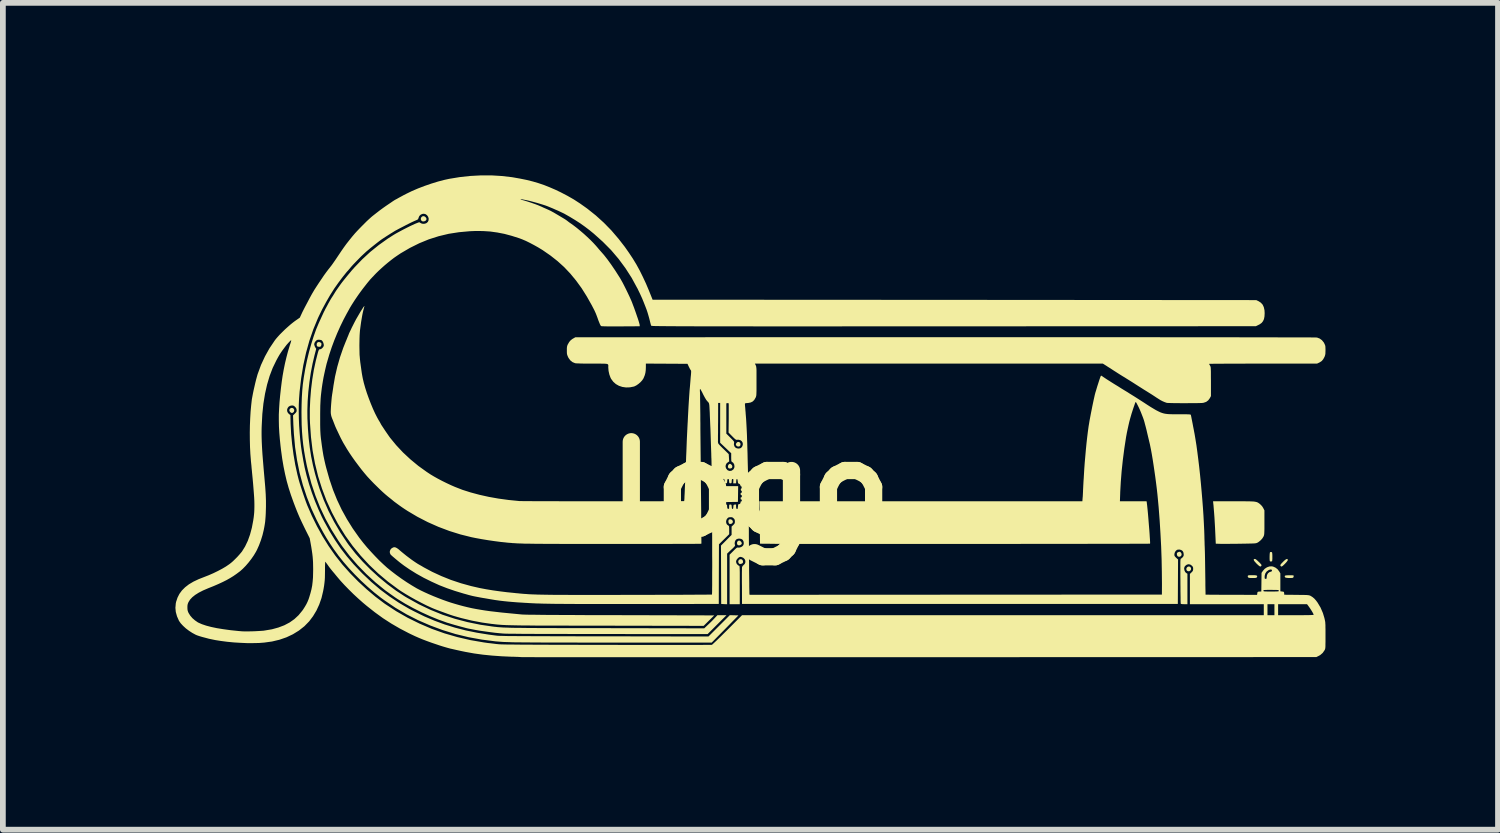
<source format=kicad_pcb>
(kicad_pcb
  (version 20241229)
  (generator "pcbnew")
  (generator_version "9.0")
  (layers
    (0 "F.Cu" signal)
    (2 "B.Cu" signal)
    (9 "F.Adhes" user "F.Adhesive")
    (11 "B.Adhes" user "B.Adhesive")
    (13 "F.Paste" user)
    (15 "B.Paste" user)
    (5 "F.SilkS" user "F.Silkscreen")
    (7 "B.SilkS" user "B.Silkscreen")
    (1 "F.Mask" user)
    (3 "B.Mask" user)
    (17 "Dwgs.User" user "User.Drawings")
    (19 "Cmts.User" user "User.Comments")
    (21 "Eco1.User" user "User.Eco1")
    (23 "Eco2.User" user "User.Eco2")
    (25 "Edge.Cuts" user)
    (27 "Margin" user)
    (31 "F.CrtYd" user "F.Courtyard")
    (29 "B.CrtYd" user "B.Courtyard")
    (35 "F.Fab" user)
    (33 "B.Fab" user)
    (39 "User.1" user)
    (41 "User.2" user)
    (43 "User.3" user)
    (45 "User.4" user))
  (footprint "logo"
    (layer "F.Cu")
    (at 10 5.454)
    (property "Reference" "logo" (at 0 0 0) (layer "F.SilkS") (effects (font (size 1.5 1.5) (thickness 0.3))))
    (attr board_only exclude_from_pos_files exclude_from_bom)
    (fp_poly (pts (xy -0.215 0.087) (xy -0.217 0.224) (xy -0.35 0.226) (xy -0.483 0.228) (xy -0.483 0.089) (xy -0.483 -0.05) (xy -0.348 -0.05) (xy -0.213 -0.05)) (stroke (width 0) (type solid)) (fill yes) (layer "F.SilkS"))
    (fp_poly (pts (xy -0.338 0.528) (xy -0.32 0.538) (xy -0.308 0.554) (xy -0.305 0.568) (xy -0.31 0.588) (xy -0.323 0.601) (xy -0.342 0.607) (xy -0.362 0.607) (xy -0.372 0.6) (xy -0.38 0.584) (xy -0.383 0.563) (xy -0.38 0.543) (xy -0.375 0.534) (xy -0.358 0.526)) (stroke (width 0) (type solid)) (fill yes) (layer "F.SilkS"))
    (fp_poly (pts (xy 7.646 1.354) (xy 7.651 1.357) (xy 7.663 1.377) (xy 7.663 1.398) (xy 7.654 1.415) (xy 7.638 1.428) (xy 7.616 1.431) (xy 7.602 1.427) (xy 7.588 1.416) (xy 7.582 1.403) (xy 7.582 1.381) (xy 7.592 1.363) (xy 7.608 1.351) (xy 7.628 1.347)) (stroke (width 0) (type solid)) (fill yes) (layer "F.SilkS"))
    (fp_poly (pts (xy -7.962 -1.409) (xy -7.945 -1.398) (xy -7.935 -1.381) (xy -7.933 -1.361) (xy -7.941 -1.341) (xy -7.948 -1.334) (xy -7.965 -1.323) (xy -7.98 -1.323) (xy -7.999 -1.334) (xy -8 -1.336) (xy -8.016 -1.355) (xy -8.018 -1.376) (xy -8.01 -1.394) (xy -7.99 -1.408) (xy -7.983 -1.41)) (stroke (width 0) (type solid)) (fill yes) (layer "F.SilkS"))
    (fp_poly (pts (xy -5.663 -4.739) (xy -5.645 -4.723) (xy -5.634 -4.703) (xy -5.633 -4.694) (xy -5.639 -4.675) (xy -5.655 -4.662) (xy -5.676 -4.654) (xy -5.698 -4.653) (xy -5.717 -4.662) (xy -5.72 -4.665) (xy -5.731 -4.686) (xy -5.731 -4.709) (xy -5.721 -4.728) (xy -5.703 -4.742) (xy -5.686 -4.745)) (stroke (width 0) (type solid)) (fill yes) (layer "F.SilkS"))
    (fp_poly (pts (xy -0.349 -0.437) (xy -0.335 -0.428) (xy -0.319 -0.41) (xy -0.314 -0.39) (xy -0.32 -0.371) (xy -0.323 -0.367) (xy -0.34 -0.358) (xy -0.361 -0.356) (xy -0.379 -0.361) (xy -0.382 -0.364) (xy -0.391 -0.381) (xy -0.39 -0.402) (xy -0.381 -0.422) (xy -0.372 -0.431) (xy -0.359 -0.438)) (stroke (width 0) (type solid)) (fill yes) (layer "F.SilkS"))
    (fp_poly (pts (xy -0.197 -0.817) (xy -0.182 -0.806) (xy -0.173 -0.789) (xy -0.173 -0.768) (xy -0.177 -0.756) (xy -0.189 -0.742) (xy -0.208 -0.738) (xy -0.229 -0.742) (xy -0.245 -0.755) (xy -0.245 -0.756) (xy -0.253 -0.771) (xy -0.251 -0.785) (xy -0.247 -0.793) (xy -0.233 -0.811) (xy -0.215 -0.819)) (stroke (width 0) (type solid)) (fill yes) (layer "F.SilkS"))
    (fp_poly (pts (xy -0.189 0.898) (xy -0.179 0.903) (xy -0.162 0.917) (xy -0.153 0.933) (xy -0.15 0.949) (xy -0.156 0.961) (xy -0.163 0.967) (xy -0.183 0.978) (xy -0.204 0.98) (xy -0.221 0.973) (xy -0.227 0.966) (xy -0.234 0.941) (xy -0.229 0.919) (xy -0.216 0.904) (xy -0.201 0.897)) (stroke (width 0) (type solid)) (fill yes) (layer "F.SilkS"))
    (fp_poly (pts (xy -0.147 1.226) (xy -0.133 1.242) (xy -0.128 1.263) (xy -0.131 1.283) (xy -0.143 1.295) (xy -0.167 1.303) (xy -0.168 1.303) (xy -0.186 1.304) (xy -0.197 1.297) (xy -0.202 1.292) (xy -0.212 1.27) (xy -0.209 1.25) (xy -0.203 1.238) (xy -0.185 1.223) (xy -0.165 1.22)) (stroke (width 0) (type solid)) (fill yes) (layer "F.SilkS"))
    (fp_poly (pts (xy -7.49 -2.554) (xy -7.473 -2.545) (xy -7.462 -2.535) (xy -7.459 -2.521) (xy -7.461 -2.509) (xy -7.466 -2.49) (xy -7.473 -2.479) (xy -7.474 -2.478) (xy -7.492 -2.473) (xy -7.514 -2.474) (xy -7.531 -2.479) (xy -7.54 -2.492) (xy -7.543 -2.511) (xy -7.54 -2.532) (xy -7.532 -2.546) (xy -7.513 -2.556)) (stroke (width 0) (type solid)) (fill yes) (layer "F.SilkS"))
    (fp_poly (pts (xy 7.478 1.097) (xy 7.486 1.106) (xy 7.499 1.127) (xy 7.498 1.147) (xy 7.49 1.163) (xy 7.473 1.176) (xy 7.452 1.179) (xy 7.432 1.171) (xy 7.427 1.166) (xy 7.418 1.147) (xy 7.416 1.124) (xy 7.421 1.11) (xy 7.432 1.102) (xy 7.449 1.094) (xy 7.45 1.094) (xy 7.467 1.091)) (stroke (width 0) (type solid)) (fill yes) (layer "F.SilkS"))
    (fp_poly (pts (xy 8.781 1.218) (xy 8.797 1.228) (xy 8.818 1.246) (xy 8.84 1.267) (xy 8.864 1.291) (xy 8.879 1.308) (xy 8.887 1.319) (xy 8.888 1.328) (xy 8.886 1.335) (xy 8.878 1.345) (xy 8.867 1.348) (xy 8.853 1.342) (xy 8.833 1.326) (xy 8.806 1.301) (xy 8.802 1.297) (xy 8.774 1.267) (xy 8.758 1.245) (xy 8.752 1.23) (xy 8.757 1.22) (xy 8.77 1.216)) (stroke (width 0) (type solid)) (fill yes) (layer "F.SilkS"))
    (fp_poly (pts (xy 9.344 1.226) (xy 9.346 1.233) (xy 9.342 1.245) (xy 9.327 1.266) (xy 9.302 1.294) (xy 9.298 1.298) (xy 9.272 1.324) (xy 9.253 1.34) (xy 9.239 1.348) (xy 9.229 1.347) (xy 9.221 1.34) (xy 9.22 1.339) (xy 9.216 1.331) (xy 9.217 1.321) (xy 9.225 1.307) (xy 9.242 1.288) (xy 9.268 1.262) (xy 9.271 1.258) (xy 9.3 1.232) (xy 9.322 1.219) (xy 9.336 1.216)) (stroke (width 0) (type solid)) (fill yes) (layer "F.SilkS"))
    (fp_poly (pts (xy 9.43 1.501) (xy 9.443 1.503) (xy 9.448 1.507) (xy 9.448 1.507) (xy 9.446 1.53) (xy 9.437 1.543) (xy 9.424 1.546) (xy 9.401 1.548) (xy 9.373 1.548) (xy 9.345 1.547) (xy 9.32 1.544) (xy 9.304 1.54) (xy 9.302 1.539) (xy 9.293 1.526) (xy 9.292 1.516) (xy 9.294 1.51) (xy 9.3 1.506) (xy 9.313 1.503) (xy 9.334 1.501) (xy 9.367 1.5) (xy 9.371 1.5) (xy 9.406 1.5)) (stroke (width 0) (type solid)) (fill yes) (layer "F.SilkS"))
    (fp_poly (pts (xy 8.768 1.499) (xy 8.794 1.502) (xy 8.808 1.507) (xy 8.814 1.515) (xy 8.811 1.528) (xy 8.807 1.535) (xy 8.802 1.541) (xy 8.794 1.545) (xy 8.778 1.547) (xy 8.753 1.548) (xy 8.733 1.548) (xy 8.698 1.548) (xy 8.675 1.545) (xy 8.661 1.541) (xy 8.656 1.538) (xy 8.649 1.523) (xy 8.649 1.513) (xy 8.652 1.507) (xy 8.658 1.503) (xy 8.669 1.5) (xy 8.69 1.499) (xy 8.721 1.499) (xy 8.73 1.499)) (stroke (width 0) (type solid)) (fill yes) (layer "F.SilkS"))
    (fp_poly (pts (xy 9.064 1.097) (xy 9.071 1.102) (xy 9.074 1.113) (xy 9.076 1.133) (xy 9.077 1.159) (xy 9.077 1.188) (xy 9.077 1.216) (xy 9.075 1.238) (xy 9.073 1.253) (xy 9.071 1.257) (xy 9.059 1.259) (xy 9.055 1.261) (xy 9.041 1.26) (xy 9.036 1.258) (xy 9.032 1.251) (xy 9.03 1.235) (xy 9.029 1.209) (xy 9.029 1.175) (xy 9.03 1.141) (xy 9.032 1.119) (xy 9.034 1.105) (xy 9.038 1.099) (xy 9.044 1.096) (xy 9.048 1.095)) (stroke (width 0) (type solid)) (fill yes) (layer "F.SilkS"))
    (fp_poly (pts (xy 8.489 0.213) (xy 8.56 0.213) (xy 8.62 0.214) (xy 8.67 0.214) (xy 8.71 0.216) (xy 8.743 0.217) (xy 8.769 0.22) (xy 8.79 0.224) (xy 8.806 0.228) (xy 8.821 0.234) (xy 8.833 0.241) (xy 8.846 0.25) (xy 8.859 0.26) (xy 8.861 0.261) (xy 8.896 0.296) (xy 8.918 0.33) (xy 8.939 0.372) (xy 8.939 0.582) (xy 8.939 0.642) (xy 8.939 0.69) (xy 8.938 0.728) (xy 8.937 0.756) (xy 8.936 0.777) (xy 8.934 0.793) (xy 8.931 0.805) (xy 8.928 0.816) (xy 8.924 0.825) (xy 8.901 0.862) (xy 8.868 0.897) (xy 8.831 0.926) (xy 8.82 0.932) (xy 8.812 0.936) (xy 8.804 0.939) (xy 8.795 0.942) (xy 8.782 0.944) (xy 8.765 0.946) (xy 8.742 0.947) (xy 8.712 0.948) (xy 8.672 0.949) (xy 8.623 0.95) (xy 8.562 0.951) (xy 8.502 0.952) (xy 8.437 0.953) (xy 8.374 0.953) (xy 8.314 0.954) (xy 8.261 0.954) (xy 8.216 0.954) (xy 8.181 0.954) (xy 8.157 0.953) (xy 8.154 0.953) (xy 8.093 0.951) (xy 8.084 0.754) (xy 8.08 0.668) (xy 8.075 0.582) (xy 8.07 0.496) (xy 8.064 0.416) (xy 8.058 0.343) (xy 8.053 0.28) (xy 8.05 0.257) (xy 8.046 0.213) (xy 8.404 0.213)) (stroke (width 0) (type solid)) (fill yes) (layer "F.SilkS"))
    (fp_poly (pts (xy -4.501 -5.454) (xy -4.322 -5.443) (xy -4.149 -5.423) (xy -4.13 -5.42) (xy -4.006 -5.398) (xy -3.893 -5.375) (xy -3.788 -5.349) (xy -3.689 -5.32) (xy -3.591 -5.287) (xy -3.493 -5.248) (xy -3.391 -5.204) (xy -3.299 -5.16) (xy -3.182 -5.099) (xy -3.072 -5.036) (xy -2.964 -4.966) (xy -2.854 -4.888) (xy -2.836 -4.875) (xy -2.688 -4.757) (xy -2.549 -4.631) (xy -2.418 -4.497) (xy -2.293 -4.351) (xy -2.185 -4.212) (xy -2.112 -4.108) (xy -2.045 -4.007) (xy -1.983 -3.905) (xy -1.926 -3.801) (xy -1.871 -3.69) (xy -1.816 -3.572) (xy -1.761 -3.442) (xy -1.758 -3.434) (xy -1.701 -3.292) (xy 3.548 -3.289) (xy 8.797 -3.285) (xy 8.837 -3.266) (xy 8.877 -3.24) (xy 8.908 -3.206) (xy 8.928 -3.163) (xy 8.94 -3.11) (xy 8.943 -3.059) (xy 8.94 -3.001) (xy 8.931 -2.955) (xy 8.914 -2.918) (xy 8.89 -2.888) (xy 8.855 -2.863) (xy 8.837 -2.854) (xy 8.79 -2.831) (xy 3.536 -2.829) (xy 3.207 -2.829) (xy 2.893 -2.829) (xy 2.593 -2.829) (xy 2.305 -2.829) (xy 2.031 -2.829) (xy 1.769 -2.829) (xy 1.52 -2.828) (xy 1.283 -2.828) (xy 1.058 -2.828) (xy 0.844 -2.828) (xy 0.641 -2.828) (xy 0.449 -2.828) (xy 0.268 -2.828) (xy 0.097 -2.828) (xy -0.063 -2.829) (xy -0.214 -2.829) (xy -0.356 -2.829) (xy -0.489 -2.829) (xy -0.613 -2.829) (xy -0.728 -2.829) (xy -0.835 -2.829) (xy -0.934 -2.829) (xy -1.026 -2.83) (xy -1.11 -2.83) (xy -1.187 -2.83) (xy -1.258 -2.83) (xy -1.322 -2.831) (xy -1.38 -2.831) (xy -1.432 -2.831) (xy -1.479 -2.832) (xy -1.521 -2.832) (xy -1.557 -2.832) (xy -1.589 -2.833) (xy -1.617 -2.833) (xy -1.641 -2.834) (xy -1.661 -2.834) (xy -1.678 -2.835) (xy -1.691 -2.835) (xy -1.702 -2.836) (xy -1.71 -2.837) (xy -1.717 -2.837) (xy -1.721 -2.838) (xy -1.723 -2.839) (xy -1.725 -2.839) (xy -1.725 -2.84) (xy -1.73 -2.852) (xy -1.736 -2.874) (xy -1.743 -2.901) (xy -1.743 -2.902) (xy -1.76 -2.969) (xy -1.776 -3.026) (xy -1.791 -3.076) (xy -1.807 -3.123) (xy -1.825 -3.17) (xy -1.827 -3.175) (xy -1.842 -3.213) (xy -1.857 -3.251) (xy -1.871 -3.285) (xy -1.881 -3.31) (xy -1.881 -3.31) (xy -1.89 -3.33) (xy -1.904 -3.361) (xy -1.921 -3.398) (xy -1.942 -3.441) (xy -1.963 -3.485) (xy -1.969 -3.495) (xy -2.065 -3.672) (xy -2.173 -3.84) (xy -2.292 -4.001) (xy -2.423 -4.155) (xy -2.567 -4.3) (xy -2.722 -4.439) (xy -2.794 -4.498) (xy -2.878 -4.562) (xy -2.961 -4.621) (xy -3.048 -4.677) (xy -3.142 -4.734) (xy -3.239 -4.789) (xy -3.264 -4.801) (xy -3.3 -4.818) (xy -3.342 -4.838) (xy -3.389 -4.858) (xy -3.436 -4.879) (xy -3.482 -4.898) (xy -3.523 -4.915) (xy -3.555 -4.927) (xy -3.566 -4.931) (xy -3.61 -4.945) (xy -3.662 -4.961) (xy -3.716 -4.977) (xy -3.771 -4.992) (xy -3.823 -5.006) (xy -3.868 -5.017) (xy -3.904 -5.025) (xy -3.907 -5.025) (xy -3.936 -5.031) (xy -3.962 -5.036) (xy -3.98 -5.039) (xy -3.984 -5.04) (xy -3.995 -5.041) (xy -3.996 -5.037) (xy -3.987 -5.032) (xy -3.97 -5.026) (xy -3.965 -5.025) (xy -3.945 -5.02) (xy -3.914 -5.011) (xy -3.876 -4.999) (xy -3.833 -4.985) (xy -3.789 -4.97) (xy -3.746 -4.955) (xy -3.708 -4.941) (xy -3.676 -4.928) (xy -3.658 -4.92) (xy -3.63 -4.908) (xy -3.596 -4.892) (xy -3.559 -4.876) (xy -3.543 -4.869) (xy -3.508 -4.853) (xy -3.47 -4.835) (xy -3.438 -4.817) (xy -3.426 -4.811) (xy -3.365 -4.775) (xy -3.316 -4.746) (xy -3.276 -4.722) (xy -3.244 -4.703) (xy -3.22 -4.688) (xy -3.202 -4.676) (xy -3.189 -4.666) (xy -3.186 -4.664) (xy -3.163 -4.646) (xy -3.136 -4.626) (xy -3.122 -4.617) (xy -3.072 -4.581) (xy -3.016 -4.538) (xy -2.957 -4.489) (xy -2.896 -4.437) (xy -2.837 -4.383) (xy -2.78 -4.329) (xy -2.729 -4.277) (xy -2.686 -4.23) (xy -2.654 -4.193) (xy -2.641 -4.177) (xy -2.623 -4.156) (xy -2.606 -4.137) (xy -2.547 -4.07) (xy -2.485 -3.991) (xy -2.42 -3.901) (xy -2.35 -3.798) (xy -2.276 -3.682) (xy -2.272 -3.676) (xy -2.25 -3.638) (xy -2.223 -3.59) (xy -2.194 -3.534) (xy -2.164 -3.474) (xy -2.134 -3.412) (xy -2.105 -3.351) (xy -2.08 -3.295) (xy -2.074 -3.282) (xy -2.059 -3.246) (xy -2.043 -3.203) (xy -2.025 -3.156) (xy -2.007 -3.106) (xy -1.989 -3.055) (xy -1.972 -3.005) (xy -1.956 -2.959) (xy -1.943 -2.918) (xy -1.933 -2.884) (xy -1.927 -2.86) (xy -1.925 -2.848) (xy -1.925 -2.83) (xy -2.25 -2.828) (xy -2.317 -2.828) (xy -2.38 -2.828) (xy -2.438 -2.828) (xy -2.489 -2.828) (xy -2.531 -2.829) (xy -2.564 -2.83) (xy -2.584 -2.831) (xy -2.592 -2.832) (xy -2.6 -2.837) (xy -2.608 -2.848) (xy -2.617 -2.866) (xy -2.628 -2.893) (xy -2.643 -2.93) (xy -2.661 -2.981) (xy -2.676 -3.021) (xy -2.689 -3.054) (xy -2.702 -3.083) (xy -2.715 -3.111) (xy -2.731 -3.142) (xy -2.75 -3.178) (xy -2.758 -3.194) (xy -2.846 -3.35) (xy -2.936 -3.493) (xy -3.032 -3.625) (xy -3.132 -3.746) (xy -3.239 -3.859) (xy -3.354 -3.963) (xy -3.477 -4.06) (xy -3.61 -4.152) (xy -3.629 -4.164) (xy -3.695 -4.204) (xy -3.765 -4.243) (xy -3.835 -4.28) (xy -3.904 -4.314) (xy -3.967 -4.341) (xy -4.017 -4.36) (xy -4.152 -4.403) (xy -4.279 -4.437) (xy -4.403 -4.461) (xy -4.526 -4.478) (xy -4.652 -4.486) (xy -4.783 -4.487) (xy -4.88 -4.483) (xy -5.067 -4.466) (xy -5.247 -4.438) (xy -5.422 -4.396) (xy -5.592 -4.342) (xy -5.758 -4.274) (xy -5.921 -4.193) (xy -6.082 -4.099) (xy -6.152 -4.052) (xy -6.198 -4.02) (xy -6.249 -3.981) (xy -6.304 -3.937) (xy -6.36 -3.89) (xy -6.414 -3.842) (xy -6.464 -3.796) (xy -6.507 -3.754) (xy -6.538 -3.722) (xy -6.557 -3.701) (xy -6.574 -3.684) (xy -6.584 -3.673) (xy -6.585 -3.672) (xy -6.606 -3.65) (xy -6.633 -3.618) (xy -6.666 -3.578) (xy -6.702 -3.532) (xy -6.741 -3.482) (xy -6.779 -3.431) (xy -6.81 -3.388) (xy -6.833 -3.355) (xy -6.859 -3.317) (xy -6.886 -3.277) (xy -6.912 -3.236) (xy -6.935 -3.2) (xy -6.953 -3.17) (xy -6.961 -3.157) (xy -6.975 -3.132) (xy -6.993 -3.099) (xy -7.012 -3.065) (xy -7.02 -3.051) (xy -7.076 -2.945) (xy -7.132 -2.83) (xy -7.186 -2.709) (xy -7.236 -2.587) (xy -7.281 -2.466) (xy -7.319 -2.352) (xy -7.326 -2.33) (xy -7.336 -2.295) (xy -7.347 -2.258) (xy -7.356 -2.227) (xy -7.357 -2.223) (xy -7.37 -2.179) (xy -7.383 -2.125) (xy -7.397 -2.065) (xy -7.411 -2.001) (xy -7.424 -1.939) (xy -7.434 -1.882) (xy -7.442 -1.833) (xy -7.443 -1.829) (xy -7.454 -1.754) (xy -7.462 -1.689) (xy -7.469 -1.628) (xy -7.474 -1.571) (xy -7.477 -1.512) (xy -7.48 -1.451) (xy -7.481 -1.383) (xy -7.482 -1.306) (xy -7.482 -1.247) (xy -7.482 -1.175) (xy -7.482 -1.115) (xy -7.481 -1.065) (xy -7.48 -1.023) (xy -7.478 -0.985) (xy -7.476 -0.95) (xy -7.473 -0.915) (xy -7.469 -0.878) (xy -7.466 -0.856) (xy -7.453 -0.756) (xy -7.44 -0.667) (xy -7.426 -0.583) (xy -7.409 -0.502) (xy -7.39 -0.419) (xy -7.376 -0.365) (xy -7.321 -0.17) (xy -7.259 0.014) (xy -7.188 0.19) (xy -7.108 0.359) (xy -7.017 0.524) (xy -6.916 0.686) (xy -6.802 0.848) (xy -6.79 0.863) (xy -6.734 0.935) (xy -6.669 1.013) (xy -6.599 1.091) (xy -6.526 1.169) (xy -6.453 1.244) (xy -6.382 1.311) (xy -6.318 1.369) (xy -6.24 1.432) (xy -6.155 1.497) (xy -6.066 1.561) (xy -5.977 1.621) (xy -5.888 1.677) (xy -5.804 1.727) (xy -5.733 1.764) (xy -5.666 1.796) (xy -5.591 1.83) (xy -5.509 1.865) (xy -5.426 1.898) (xy -5.345 1.929) (xy -5.269 1.956) (xy -5.206 1.977) (xy -5.129 2) (xy -5.056 2.021) (xy -4.984 2.04) (xy -4.914 2.057) (xy -4.843 2.073) (xy -4.77 2.087) (xy -4.694 2.1) (xy -4.613 2.113) (xy -4.527 2.125) (xy -4.432 2.136) (xy -4.329 2.148) (xy -4.216 2.159) (xy -4.091 2.171) (xy -3.978 2.182) (xy -3.962 2.183) (xy -3.937 2.184) (xy -3.904 2.185) (xy -3.862 2.186) (xy -3.811 2.186) (xy -3.75 2.187) (xy -3.679 2.188) (xy -3.597 2.189) (xy -3.504 2.19) (xy -3.401 2.19) (xy -3.286 2.191) (xy -3.159 2.191) (xy -3.019 2.192) (xy -2.867 2.193) (xy -2.702 2.193) (xy -2.524 2.194) (xy -2.332 2.194) (xy -2.255 2.194) (xy -0.629 2.198) (xy -0.721 2.289) (xy -0.813 2.38) (xy -2.511 2.377) (xy -2.696 2.377) (xy -2.867 2.377) (xy -3.026 2.377) (xy -3.171 2.376) (xy -3.306 2.376) (xy -3.429 2.376) (xy -3.541 2.375) (xy -3.643 2.375) (xy -3.736 2.375) (xy -3.82 2.374) (xy -3.896 2.373) (xy -3.965 2.373) (xy -4.026 2.372) (xy -4.081 2.371) (xy -4.13 2.37) (xy -4.174 2.369) (xy -4.214 2.368) (xy -4.249 2.367) (xy -4.282 2.365) (xy -4.311 2.364) (xy -4.338 2.362) (xy -4.364 2.36) (xy -4.388 2.358) (xy -4.412 2.356) (xy -4.437 2.353) (xy -4.462 2.35) (xy -4.489 2.347) (xy -4.493 2.347) (xy -4.663 2.323) (xy -4.843 2.289) (xy -5.03 2.244) (xy -5.15 2.21) (xy -5.179 2.201) (xy -5.218 2.188) (xy -5.264 2.172) (xy -5.316 2.153) (xy -5.368 2.134) (xy -5.42 2.115) (xy -5.467 2.097) (xy -5.507 2.081) (xy -5.538 2.068) (xy -5.54 2.067) (xy -5.628 2.027) (xy -5.721 1.98) (xy -5.816 1.93) (xy -5.909 1.878) (xy -5.997 1.826) (xy -6.077 1.776) (xy -6.124 1.744) (xy -6.303 1.611) (xy -6.472 1.469) (xy -6.631 1.318) (xy -6.779 1.158) (xy -6.916 0.991) (xy -7.041 0.817) (xy -7.054 0.797) (xy -7.173 0.605) (xy -7.278 0.408) (xy -7.371 0.204) (xy -7.45 -0.006) (xy -7.518 -0.221) (xy -7.572 -0.443) (xy -7.614 -0.671) (xy -7.642 -0.905) (xy -7.659 -1.146) (xy -7.662 -1.229) (xy -7.662 -1.395) (xy -7.654 -1.565) (xy -7.64 -1.737) (xy -7.619 -1.907) (xy -7.592 -2.072) (xy -7.558 -2.23) (xy -7.532 -2.332) (xy -7.522 -2.37) (xy -7.514 -2.397) (xy -7.507 -2.414) (xy -7.502 -2.424) (xy -7.496 -2.428) (xy -7.489 -2.429) (xy -7.486 -2.429) (xy -7.466 -2.435) (xy -7.445 -2.451) (xy -7.428 -2.472) (xy -7.419 -2.492) (xy -7.42 -2.515) (xy -7.427 -2.542) (xy -7.44 -2.568) (xy -7.454 -2.585) (xy -7.468 -2.591) (xy -7.49 -2.595) (xy -7.502 -2.596) (xy -7.524 -2.595) (xy -7.54 -2.59) (xy -7.554 -2.577) (xy -7.562 -2.57) (xy -7.581 -2.541) (xy -7.586 -2.513) (xy -7.577 -2.482) (xy -7.568 -2.465) (xy -7.551 -2.437) (xy -7.579 -2.331) (xy -7.614 -2.182) (xy -7.645 -2.023) (xy -7.669 -1.859) (xy -7.688 -1.691) (xy -7.7 -1.526) (xy -7.705 -1.365) (xy -7.704 -1.229) (xy -7.695 -1.049) (xy -7.682 -0.881) (xy -7.663 -0.721) (xy -7.639 -0.566) (xy -7.608 -0.415) (xy -7.571 -0.265) (xy -7.527 -0.112) (xy -7.494 -0.007) (xy -7.422 0.187) (xy -7.338 0.38) (xy -7.241 0.569) (xy -7.133 0.754) (xy -7.015 0.931) (xy -6.983 0.976) (xy -6.87 1.12) (xy -6.745 1.261) (xy -6.609 1.399) (xy -6.466 1.53) (xy -6.316 1.654) (xy -6.163 1.768) (xy -6.007 1.87) (xy -5.966 1.894) (xy -5.766 2.005) (xy -5.562 2.102) (xy -5.353 2.187) (xy -5.139 2.257) (xy -4.919 2.315) (xy -4.694 2.361) (xy -4.549 2.382) (xy -4.522 2.386) (xy -4.496 2.39) (xy -4.472 2.393) (xy -4.449 2.396) (xy -4.426 2.398) (xy -4.402 2.401) (xy -4.377 2.403) (xy -4.351 2.405) (xy -4.323 2.407) (xy -4.292 2.409) (xy -4.258 2.41) (xy -4.219 2.411) (xy -4.176 2.413) (xy -4.128 2.414) (xy -4.075 2.415) (xy -4.014 2.415) (xy -3.947 2.416) (xy -3.873 2.417) (xy -3.79 2.417) (xy -3.699 2.418) (xy -3.598 2.418) (xy -3.488 2.418) (xy -3.367 2.419) (xy -3.235 2.419) (xy -3.092 2.419) (xy -2.936 2.419) (xy -2.767 2.42) (xy -2.585 2.42) (xy -2.527 2.42) (xy -0.803 2.423) (xy -0.741 2.364) (xy -0.709 2.334) (xy -0.674 2.3) (xy -0.642 2.267) (xy -0.626 2.25) (xy -0.574 2.195) (xy -0.495 2.195) (xy -0.416 2.195) (xy -0.58 2.359) (xy -0.744 2.523) (xy -2.468 2.522) (xy -2.662 2.522) (xy -2.846 2.522) (xy -3.021 2.522) (xy -3.186 2.521) (xy -3.341 2.521) (xy -3.486 2.521) (xy -3.62 2.52) (xy -3.743 2.52) (xy -3.855 2.519) (xy -3.955 2.519) (xy -4.043 2.518) (xy -4.118 2.517) (xy -4.181 2.517) (xy -4.231 2.516) (xy -4.267 2.515) (xy -4.289 2.514) (xy -4.293 2.514) (xy -4.364 2.508) (xy -4.443 2.5) (xy -4.528 2.489) (xy -4.615 2.477) (xy -4.7 2.465) (xy -4.781 2.451) (xy -4.854 2.437) (xy -4.915 2.425) (xy -4.948 2.417) (xy -4.992 2.405) (xy -5.042 2.392) (xy -5.096 2.377) (xy -5.15 2.362) (xy -5.201 2.347) (xy -5.246 2.333) (xy -5.281 2.323) (xy -5.285 2.321) (xy -5.425 2.271) (xy -5.572 2.211) (xy -5.719 2.144) (xy -5.865 2.071) (xy -6.005 1.994) (xy -6.135 1.914) (xy -6.176 1.887) (xy -6.35 1.763) (xy -6.517 1.627) (xy -6.678 1.48) (xy -6.829 1.325) (xy -6.971 1.162) (xy -7.101 0.992) (xy -7.164 0.901) (xy -7.283 0.711) (xy -7.39 0.517) (xy -7.484 0.319) (xy -7.565 0.114) (xy -7.635 -0.096) (xy -7.693 -0.315) (xy -7.717 -0.419) (xy -7.741 -0.542) (xy -7.761 -0.659) (xy -7.777 -0.771) (xy -7.789 -0.883) (xy -7.798 -0.998) (xy -7.804 -1.119) (xy -7.806 -1.248) (xy -7.807 -1.339) (xy -7.805 -1.472) (xy -7.801 -1.595) (xy -7.794 -1.708) (xy -7.784 -1.815) (xy -7.77 -1.919) (xy -7.766 -1.946) (xy -7.741 -2.092) (xy -7.711 -2.238) (xy -7.676 -2.383) (xy -7.637 -2.522) (xy -7.595 -2.655) (xy -7.551 -2.779) (xy -7.51 -2.877) (xy -7.494 -2.913) (xy -7.475 -2.954) (xy -7.456 -2.996) (xy -7.437 -3.037) (xy -7.42 -3.074) (xy -7.404 -3.105) (xy -7.393 -3.128) (xy -7.387 -3.139) (xy -7.381 -3.15) (xy -7.37 -3.17) (xy -7.356 -3.196) (xy -7.343 -3.221) (xy -7.323 -3.257) (xy -7.302 -3.294) (xy -7.282 -3.327) (xy -7.272 -3.342) (xy -7.255 -3.368) (xy -7.24 -3.393) (xy -7.229 -3.41) (xy -7.228 -3.413) (xy -7.217 -3.43) (xy -7.202 -3.453) (xy -7.188 -3.473) (xy -7.17 -3.499) (xy -7.152 -3.524) (xy -7.141 -3.54) (xy -7.124 -3.564) (xy -7.1 -3.596) (xy -7.07 -3.634) (xy -7.036 -3.676) (xy -7 -3.72) (xy -6.964 -3.763) (xy -6.93 -3.804) (xy -6.898 -3.839) (xy -6.889 -3.85) (xy -6.752 -3.993) (xy -6.611 -4.123) (xy -6.462 -4.243) (xy -6.305 -4.355) (xy -6.203 -4.42) (xy -6.168 -4.441) (xy -6.126 -4.464) (xy -6.078 -4.49) (xy -6.027 -4.517) (xy -5.974 -4.544) (xy -5.924 -4.569) (xy -5.877 -4.591) (xy -5.836 -4.61) (xy -5.804 -4.623) (xy -5.791 -4.628) (xy -5.77 -4.636) (xy -5.757 -4.638) (xy -5.748 -4.635) (xy -5.74 -4.628) (xy -5.724 -4.619) (xy -5.702 -4.613) (xy -5.697 -4.612) (xy -5.662 -4.613) (xy -5.632 -4.625) (xy -5.61 -4.645) (xy -5.597 -4.672) (xy -5.595 -4.703) (xy -5.604 -4.733) (xy -5.624 -4.762) (xy -5.65 -4.78) (xy -5.679 -4.787) (xy -5.708 -4.783) (xy -5.735 -4.77) (xy -5.758 -4.747) (xy -5.772 -4.714) (xy -5.774 -4.707) (xy -5.779 -4.694) (xy -5.79 -4.684) (xy -5.81 -4.675) (xy -5.817 -4.672) (xy -5.838 -4.663) (xy -5.869 -4.649) (xy -5.909 -4.63) (xy -5.953 -4.608) (xy -6 -4.584) (xy -6.048 -4.559) (xy -6.095 -4.535) (xy -6.136 -4.513) (xy -6.172 -4.494) (xy -6.197 -4.479) (xy -6.227 -4.46) (xy -6.26 -4.44) (xy -6.296 -4.417) (xy -6.34 -4.389) (xy -6.392 -4.355) (xy -6.407 -4.345) (xy -6.427 -4.331) (xy -6.455 -4.31) (xy -6.489 -4.284) (xy -6.527 -4.254) (xy -6.566 -4.223) (xy -6.605 -4.192) (xy -6.639 -4.163) (xy -6.668 -4.139) (xy -6.681 -4.128) (xy -6.723 -4.089) (xy -6.77 -4.045) (xy -6.817 -3.997) (xy -6.864 -3.949) (xy -6.907 -3.904) (xy -6.944 -3.863) (xy -6.967 -3.835) (xy -6.984 -3.815) (xy -6.998 -3.798) (xy -7.007 -3.789) (xy -7.007 -3.789) (xy -7.018 -3.777) (xy -7.036 -3.755) (xy -7.06 -3.725) (xy -7.089 -3.689) (xy -7.12 -3.648) (xy -7.152 -3.605) (xy -7.162 -3.592) (xy -7.235 -3.489) (xy -7.308 -3.374) (xy -7.379 -3.251) (xy -7.448 -3.123) (xy -7.511 -2.993) (xy -7.522 -2.969) (xy -7.601 -2.778) (xy -7.67 -2.578) (xy -7.728 -2.369) (xy -7.776 -2.151) (xy -7.813 -1.925) (xy -7.84 -1.692) (xy -7.849 -1.573) (xy -7.854 -1.468) (xy -7.855 -1.352) (xy -7.853 -1.229) (xy -7.848 -1.102) (xy -7.839 -0.975) (xy -7.828 -0.85) (xy -7.814 -0.731) (xy -7.798 -0.622) (xy -7.794 -0.604) (xy -7.788 -0.569) (xy -7.782 -0.534) (xy -7.777 -0.505) (xy -7.777 -0.502) (xy -7.751 -0.369) (xy -7.717 -0.229) (xy -7.675 -0.084) (xy -7.627 0.063) (xy -7.573 0.209) (xy -7.514 0.351) (xy -7.452 0.487) (xy -7.412 0.565) (xy -7.321 0.731) (xy -7.226 0.885) (xy -7.127 1.031) (xy -7.019 1.171) (xy -6.903 1.307) (xy -6.775 1.442) (xy -6.748 1.47) (xy -6.595 1.615) (xy -6.439 1.748) (xy -6.277 1.869) (xy -6.109 1.981) (xy -5.931 2.085) (xy -5.842 2.131) (xy -5.669 2.216) (xy -5.495 2.29) (xy -5.319 2.355) (xy -5.138 2.411) (xy -4.952 2.459) (xy -4.757 2.499) (xy -4.552 2.532) (xy -4.432 2.548) (xy -4.421 2.549) (xy -4.408 2.551) (xy -4.393 2.552) (xy -4.375 2.553) (xy -4.354 2.554) (xy -4.329 2.554) (xy -4.3 2.555) (xy -4.266 2.556) (xy -4.226 2.557) (xy -4.181 2.557) (xy -4.129 2.558) (xy -4.07 2.558) (xy -4.004 2.559) (xy -3.929 2.559) (xy -3.846 2.559) (xy -3.753 2.56) (xy -3.651 2.56) (xy -3.539 2.56) (xy -3.416 2.561) (xy -3.282 2.561) (xy -3.135 2.561) (xy -2.977 2.562) (xy -2.805 2.562) (xy -2.621 2.562) (xy -2.532 2.562) (xy -0.729 2.565) (xy -0.543 2.379) (xy -0.358 2.194) (xy -0.283 2.196) (xy -0.208 2.198) (xy -0.44 2.435) (xy -0.673 2.671) (xy -2.412 2.671) (xy -2.603 2.671) (xy -2.779 2.671) (xy -2.943 2.671) (xy -3.095 2.67) (xy -3.234 2.67) (xy -3.362 2.67) (xy -3.479 2.67) (xy -3.587 2.67) (xy -3.684 2.669) (xy -3.773 2.669) (xy -3.854 2.668) (xy -3.926 2.668) (xy -3.991 2.667) (xy -4.05 2.666) (xy -4.103 2.666) (xy -4.15 2.665) (xy -4.192 2.663) (xy -4.23 2.662) (xy -4.264 2.661) (xy -4.295 2.66) (xy -4.324 2.658) (xy -4.35 2.656) (xy -4.375 2.654) (xy -4.4 2.652) (xy -4.424 2.65) (xy -4.436 2.649) (xy -4.671 2.619) (xy -4.902 2.577) (xy -5.129 2.522) (xy -5.35 2.454) (xy -5.566 2.374) (xy -5.776 2.283) (xy -5.979 2.18) (xy -6.174 2.065) (xy -6.36 1.939) (xy -6.426 1.891) (xy -6.54 1.801) (xy -6.656 1.701) (xy -6.77 1.596) (xy -6.88 1.486) (xy -6.985 1.374) (xy -7.081 1.263) (xy -7.167 1.155) (xy -7.177 1.14) (xy -7.248 1.043) (xy -7.311 0.949) (xy -7.371 0.854) (xy -7.428 0.756) (xy -7.485 0.651) (xy -7.541 0.543) (xy -7.634 0.343) (xy -7.714 0.139) (xy -7.783 -0.069) (xy -7.84 -0.282) (xy -7.884 -0.5) (xy -7.918 -0.726) (xy -7.939 -0.959) (xy -7.948 -1.114) (xy -7.954 -1.28) (xy -7.923 -1.31) (xy -7.905 -1.329) (xy -7.895 -1.343) (xy -7.892 -1.359) (xy -7.891 -1.37) (xy -7.894 -1.392) (xy -7.903 -1.41) (xy -7.916 -1.426) (xy -7.933 -1.442) (xy -7.948 -1.45) (xy -7.967 -1.453) (xy -7.972 -1.453) (xy -8.005 -1.447) (xy -8.031 -1.431) (xy -8.048 -1.408) (xy -8.057 -1.381) (xy -8.056 -1.352) (xy -8.043 -1.324) (xy -8.023 -1.303) (xy -8 -1.286) (xy -7.996 -1.131) (xy -7.987 -0.958) (xy -7.97 -0.78) (xy -7.946 -0.6) (xy -7.916 -0.424) (xy -7.879 -0.255) (xy -7.865 -0.199) (xy -7.853 -0.153) (xy -7.837 -0.098) (xy -7.817 -0.036) (xy -7.796 0.03) (xy -7.774 0.096) (xy -7.752 0.16) (xy -7.732 0.217) (xy -7.714 0.265) (xy -7.708 0.281) (xy -7.627 0.467) (xy -7.537 0.649) (xy -7.44 0.824) (xy -7.336 0.991) (xy -7.227 1.147) (xy -7.216 1.162) (xy -7.096 1.314) (xy -6.963 1.463) (xy -6.822 1.607) (xy -6.674 1.744) (xy -6.521 1.873) (xy -6.367 1.989) (xy -6.35 2.001) (xy -6.159 2.126) (xy -5.961 2.239) (xy -5.754 2.341) (xy -5.541 2.432) (xy -5.322 2.51) (xy -5.098 2.575) (xy -4.869 2.628) (xy -4.637 2.668) (xy -4.567 2.678) (xy -4.52 2.683) (xy -4.471 2.689) (xy -4.424 2.695) (xy -4.384 2.699) (xy -4.372 2.7) (xy -4.357 2.701) (xy -4.333 2.702) (xy -4.299 2.703) (xy -4.254 2.704) (xy -4.198 2.705) (xy -4.131 2.705) (xy -4.053 2.706) (xy -3.964 2.707) (xy -3.863 2.707) (xy -3.75 2.708) (xy -3.624 2.708) (xy -3.486 2.709) (xy -3.336 2.709) (xy -3.172 2.71) (xy -2.995 2.71) (xy -2.804 2.711) (xy -2.6 2.711) (xy -2.49 2.711) (xy -2.33 2.711) (xy -2.175 2.712) (xy -2.023 2.712) (xy -1.877 2.712) (xy -1.736 2.712) (xy -1.601 2.712) (xy -1.472 2.712) (xy -1.351 2.712) (xy -1.238 2.712) (xy -1.133 2.712) (xy -1.038 2.712) (xy -0.952 2.712) (xy -0.876 2.712) (xy -0.812 2.711) (xy -0.758 2.711) (xy -0.717 2.711) (xy -0.689 2.711) (xy -0.673 2.71) (xy -0.671 2.71) (xy -0.663 2.705) (xy -0.647 2.69) (xy -0.622 2.667) (xy -0.59 2.637) (xy -0.553 2.601) (xy -0.51 2.559) (xy -0.464 2.513) (xy -0.414 2.464) (xy -0.401 2.451) (xy -0.146 2.195) (xy 4.391 2.195) (xy 8.928 2.195) (xy 8.928 2.099) (xy 8.992 2.099) (xy 8.992 2.195) (xy 9.053 2.195) (xy 9.113 2.195) (xy 9.113 2.099) (xy 9.177 2.099) (xy 9.177 2.195) (xy 9.486 2.195) (xy 9.562 2.195) (xy 9.626 2.194) (xy 9.677 2.194) (xy 9.718 2.193) (xy 9.748 2.192) (xy 9.77 2.191) (xy 9.785 2.19) (xy 9.793 2.188) (xy 9.795 2.185) (xy 9.791 2.174) (xy 9.781 2.154) (xy 9.766 2.128) (xy 9.748 2.099) (xy 9.729 2.07) (xy 9.71 2.044) (xy 9.708 2.04) (xy 9.68 2.003) (xy 9.428 2.003) (xy 9.177 2.003) (xy 9.177 2.099) (xy 9.113 2.099) (xy 9.113 2.003) (xy 9.053 2.003) (xy 8.992 2.003) (xy 8.992 2.099) (xy 8.928 2.099) (xy 8.928 2.003) (xy 8.286 2.003) (xy 7.643 2.003) (xy 7.643 1.74) (xy 7.643 1.477) (xy 7.671 1.45) (xy 7.688 1.432) (xy 7.696 1.418) (xy 7.699 1.4) (xy 7.7 1.389) (xy 7.698 1.365) (xy 7.69 1.348) (xy 7.679 1.335) (xy 7.65 1.314) (xy 7.621 1.308) (xy 7.591 1.315) (xy 7.564 1.335) (xy 7.549 1.354) (xy 7.544 1.376) (xy 7.543 1.385) (xy 7.549 1.418) (xy 7.563 1.446) (xy 7.584 1.464) (xy 7.6 1.473) (xy 7.6 1.738) (xy 7.6 2.003) (xy 7.543 2.003) (xy 7.51 2.002) (xy 7.491 1.999) (xy 7.483 1.994) (xy 7.483 1.986) (xy 7.482 1.964) (xy 7.481 1.931) (xy 7.481 1.888) (xy 7.48 1.836) (xy 7.479 1.776) (xy 7.479 1.71) (xy 7.478 1.639) (xy 7.478 1.6) (xy 7.477 1.516) (xy 7.477 1.445) (xy 7.477 1.386) (xy 7.477 1.338) (xy 7.477 1.3) (xy 7.477 1.27) (xy 7.478 1.248) (xy 7.479 1.232) (xy 7.481 1.222) (xy 7.483 1.215) (xy 7.485 1.212) (xy 7.488 1.211) (xy 7.5 1.203) (xy 7.515 1.189) (xy 7.519 1.184) (xy 7.531 1.168) (xy 7.535 1.152) (xy 7.535 1.13) (xy 7.534 1.127) (xy 7.528 1.097) (xy 7.514 1.076) (xy 7.513 1.075) (xy 7.49 1.06) (xy 7.46 1.053) (xy 7.429 1.055) (xy 7.421 1.058) (xy 7.4 1.073) (xy 7.383 1.097) (xy 7.374 1.127) (xy 7.373 1.139) (xy 7.374 1.157) (xy 7.381 1.171) (xy 7.395 1.187) (xy 7.405 1.197) (xy 7.437 1.226) (xy 7.435 1.613) (xy 7.433 1.999) (xy 3.644 1.999) (xy -0.146 1.999) (xy -0.147 1.69) (xy -0.148 1.625) (xy -0.148 1.563) (xy -0.148 1.506) (xy -0.148 1.457) (xy -0.147 1.416) (xy -0.147 1.385) (xy -0.146 1.366) (xy -0.146 1.36) (xy -0.135 1.338) (xy -0.121 1.325) (xy -0.098 1.302) (xy -0.088 1.276) (xy -0.088 1.248) (xy -0.099 1.221) (xy -0.121 1.199) (xy -0.144 1.187) (xy -0.169 1.18) (xy -0.189 1.183) (xy -0.21 1.196) (xy -0.221 1.207) (xy -0.243 1.235) (xy -0.25 1.264) (xy -0.243 1.292) (xy -0.228 1.313) (xy -0.213 1.327) (xy -0.199 1.335) (xy -0.196 1.335) (xy -0.193 1.336) (xy -0.191 1.34) (xy -0.189 1.348) (xy -0.188 1.362) (xy -0.187 1.381) (xy -0.186 1.409) (xy -0.185 1.445) (xy -0.185 1.491) (xy -0.185 1.548) (xy -0.185 1.617) (xy -0.185 1.669) (xy -0.185 2.003) (xy -0.273 2.003) (xy -0.362 2.003) (xy -0.362 1.573) (xy -0.362 1.143) (xy -0.298 1.079) (xy -0.271 1.052) (xy -0.252 1.034) (xy -0.238 1.023) (xy -0.228 1.018) (xy -0.218 1.018) (xy -0.211 1.019) (xy -0.186 1.018) (xy -0.158 1.008) (xy -0.135 0.992) (xy -0.121 0.973) (xy -0.115 0.944) (xy -0.119 0.914) (xy -0.132 0.888) (xy -0.135 0.884) (xy -0.158 0.869) (xy -0.186 0.863) (xy -0.215 0.864) (xy -0.241 0.874) (xy -0.258 0.89) (xy -0.271 0.919) (xy -0.274 0.95) (xy -0.27 0.969) (xy -0.267 0.978) (xy -0.268 0.985) (xy -0.273 0.995) (xy -0.283 1.007) (xy -0.301 1.026) (xy -0.328 1.051) (xy -0.334 1.056) (xy -0.405 1.124) (xy -0.405 1.564) (xy -0.405 2.004) (xy -0.456 2.002) (xy -0.508 1.999) (xy -0.51 1.492) (xy -0.512 0.984) (xy -0.419 0.891) (xy -0.327 0.798) (xy -0.327 0.725) (xy -0.327 0.653) (xy -0.298 0.626) (xy -0.281 0.608) (xy -0.273 0.594) (xy -0.27 0.576) (xy -0.27 0.565) (xy -0.272 0.541) (xy -0.279 0.524) (xy -0.291 0.511) (xy -0.307 0.497) (xy -0.324 0.491) (xy -0.346 0.49) (xy -0.37 0.492) (xy -0.386 0.498) (xy -0.4 0.51) (xy -0.417 0.536) (xy -0.423 0.565) (xy -0.42 0.593) (xy -0.408 0.617) (xy -0.387 0.634) (xy -0.379 0.638) (xy -0.374 0.644) (xy -0.371 0.655) (xy -0.37 0.673) (xy -0.369 0.702) (xy -0.369 0.714) (xy -0.369 0.786) (xy -0.458 0.874) (xy -0.547 0.962) (xy -0.549 1.481) (xy -0.55 1.999) (xy -1.989 2) (xy -2.168 2) (xy -2.334 2) (xy -2.487 2) (xy -2.628 2) (xy -2.758 2) (xy -2.877 2) (xy -2.985 2) (xy -3.085 1.999) (xy -3.176 1.999) (xy -3.259 1.998) (xy -3.335 1.998) (xy -3.404 1.997) (xy -3.467 1.996) (xy -3.525 1.995) (xy -3.579 1.994) (xy -3.629 1.993) (xy -3.676 1.991) (xy -3.721 1.99) (xy -3.764 1.988) (xy -3.806 1.986) (xy -3.848 1.984) (xy -3.89 1.981) (xy -3.934 1.979) (xy -3.942 1.978) (xy -4.042 1.972) (xy -4.131 1.965) (xy -4.213 1.958) (xy -4.29 1.95) (xy -4.366 1.941) (xy -4.444 1.93) (xy -4.527 1.916) (xy -4.619 1.9) (xy -4.645 1.896) (xy -4.701 1.886) (xy -4.748 1.877) (xy -4.79 1.869) (xy -4.828 1.861) (xy -4.865 1.852) (xy -4.903 1.842) (xy -4.945 1.83) (xy -4.992 1.817) (xy -5.048 1.8) (xy -5.114 1.78) (xy -5.143 1.771) (xy -5.274 1.726) (xy -5.41 1.673) (xy -5.546 1.611) (xy -5.681 1.544) (xy -5.81 1.472) (xy -5.93 1.397) (xy -6.023 1.333) (xy -6.059 1.306) (xy -6.097 1.277) (xy -6.135 1.246) (xy -6.171 1.216) (xy -6.204 1.188) (xy -6.231 1.165) (xy -6.25 1.147) (xy -6.258 1.139) (xy -6.27 1.112) (xy -6.271 1.084) (xy -6.261 1.056) (xy -6.242 1.033) (xy -6.214 1.017) (xy -6.212 1.016) (xy -6.192 1.012) (xy -6.171 1.016) (xy -6.147 1.028) (xy -6.118 1.049) (xy -6.094 1.07) (xy -6.062 1.097) (xy -6.024 1.128) (xy -5.982 1.162) (xy -5.938 1.195) (xy -5.894 1.228) (xy -5.854 1.256) (xy -5.82 1.279) (xy -5.797 1.294) (xy -5.781 1.304) (xy -5.755 1.319) (xy -5.723 1.337) (xy -5.689 1.357) (xy -5.681 1.362) (xy -5.533 1.441) (xy -5.375 1.514) (xy -5.208 1.581) (xy -5.034 1.639) (xy -4.857 1.688) (xy -4.709 1.722) (xy -4.598 1.743) (xy -4.483 1.762) (xy -4.363 1.779) (xy -4.234 1.795) (xy -4.095 1.809) (xy -4.081 1.811) (xy -4.043 1.814) (xy -4.006 1.818) (xy -3.971 1.821) (xy -3.937 1.824) (xy -3.902 1.826) (xy -3.867 1.829) (xy -3.83 1.831) (xy -3.79 1.833) (xy -3.748 1.834) (xy -3.703 1.836) (xy -3.653 1.837) (xy -3.599 1.838) (xy -3.539 1.839) (xy -3.473 1.84) (xy -3.4 1.841) (xy -3.319 1.841) (xy -3.23 1.841) (xy -3.133 1.842) (xy -3.026 1.842) (xy -2.908 1.842) (xy -2.78 1.842) (xy -2.641 1.842) (xy -2.489 1.842) (xy -2.324 1.842) (xy -2.146 1.841) (xy -2.142 1.841) (xy -1.999 1.841) (xy -1.859 1.841) (xy -1.724 1.841) (xy -1.594 1.84) (xy -1.469 1.84) (xy -1.351 1.84) (xy -1.241 1.84) (xy -1.138 1.839) (xy -1.043 1.839) (xy -0.957 1.838) (xy -0.882 1.838) (xy -0.816 1.838) (xy -0.762 1.837) (xy -0.72 1.837) (xy -0.69 1.837) (xy -0.673 1.836) (xy -0.669 1.836) (xy -0.668 1.828) (xy -0.667 1.807) (xy -0.666 1.773) (xy -0.666 1.728) (xy -0.665 1.672) (xy -0.665 1.607) (xy -0.665 1.532) (xy -0.665 1.45) (xy -0.664 1.36) (xy -0.664 1.265) (xy -0.665 1.164) (xy -0.665 1.059) (xy -0.665 0.95) (xy -0.665 0.839) (xy -0.666 0.726) (xy -0.666 0.613) (xy -0.667 0.499) (xy -0.668 0.386) (xy -0.668 0.276) (xy -0.669 0.168) (xy -0.67 0.123) (xy -0.61 0.123) (xy -0.61 0.126) (xy -0.604 0.134) (xy -0.591 0.139) (xy -0.568 0.142) (xy -0.546 0.145) (xy -0.534 0.148) (xy -0.53 0.155) (xy -0.529 0.166) (xy -0.53 0.178) (xy -0.534 0.184) (xy -0.546 0.187) (xy -0.568 0.188) (xy -0.592 0.189) (xy -0.604 0.193) (xy -0.609 0.2) (xy -0.609 0.201) (xy -0.609 0.208) (xy -0.602 0.211) (xy -0.586 0.213) (xy -0.569 0.213) (xy -0.527 0.213) (xy -0.524 0.236) (xy -0.52 0.253) (xy -0.51 0.261) (xy -0.501 0.263) (xy -0.489 0.266) (xy -0.482 0.272) (xy -0.479 0.285) (xy -0.477 0.307) (xy -0.475 0.331) (xy -0.472 0.343) (xy -0.466 0.348) (xy -0.462 0.348) (xy -0.454 0.346) (xy -0.449 0.337) (xy -0.447 0.317) (xy -0.446 0.311) (xy -0.444 0.289) (xy -0.441 0.277) (xy -0.433 0.273) (xy -0.424 0.271) (xy -0.412 0.271) (xy -0.407 0.276) (xy -0.405 0.29) (xy -0.405 0.3) (xy -0.402 0.328) (xy -0.395 0.344) (xy -0.382 0.346) (xy -0.381 0.346) (xy -0.371 0.339) (xy -0.37 0.336) (xy -0.371 0.326) (xy -0.37 0.307) (xy -0.37 0.3) (xy -0.369 0.281) (xy -0.365 0.272) (xy -0.354 0.27) (xy -0.348 0.27) (xy -0.336 0.271) (xy -0.33 0.276) (xy -0.327 0.288) (xy -0.325 0.307) (xy -0.323 0.331) (xy -0.318 0.343) (xy -0.311 0.347) (xy -0.304 0.346) (xy -0.3 0.337) (xy -0.297 0.317) (xy -0.297 0.311) (xy -0.295 0.289) (xy -0.292 0.278) (xy -0.284 0.273) (xy -0.272 0.271) (xy -0.249 0.269) (xy -0.249 0.305) (xy -0.247 0.33) (xy -0.242 0.343) (xy -0.238 0.346) (xy -0.227 0.348) (xy -0.224 0.347) (xy -0.222 0.339) (xy -0.219 0.322) (xy -0.216 0.3) (xy -0.214 0.278) (xy -0.214 0.272) (xy -0.207 0.265) (xy -0.196 0.263) (xy -0.18 0.257) (xy -0.172 0.24) (xy -0.17 0.227) (xy -0.169 0.219) (xy -0.161 0.215) (xy -0.143 0.213) (xy -0.133 0.213) (xy -0.106 0.212) (xy -0.092 0.208) (xy -0.089 0.201) (xy -0.093 0.194) (xy -0.105 0.188) (xy -0.127 0.185) (xy -0.136 0.185) (xy -0.157 0.184) (xy -0.167 0.181) (xy -0.17 0.173) (xy -0.17 0.163) (xy -0.17 0.151) (xy -0.165 0.144) (xy -0.152 0.142) (xy -0.136 0.142) (xy -0.109 0.14) (xy -0.093 0.133) (xy -0.092 0.131) (xy -0.088 0.124) (xy -0.09 0.12) (xy -0.101 0.116) (xy -0.123 0.112) (xy -0.137 0.11) (xy -0.157 0.107) (xy -0.167 0.102) (xy -0.17 0.092) (xy -0.17 0.085) (xy -0.17 0.073) (xy -0.165 0.067) (xy -0.154 0.064) (xy -0.131 0.064) (xy -0.131 0.064) (xy -0.109 0.063) (xy -0.097 0.061) (xy -0.093 0.055) (xy -0.092 0.05) (xy -0.094 0.042) (xy -0.103 0.037) (xy -0.122 0.035) (xy -0.13 0.034) (xy -0.151 0.032) (xy -0.162 0.029) (xy -0.166 0.022) (xy -0.167 0.011) (xy -0.166 -0.003) (xy -0.16 -0.009) (xy -0.146 -0.012) (xy -0.135 -0.013) (xy -0.108 -0.015) (xy -0.093 -0.019) (xy -0.088 -0.024) (xy -0.092 -0.032) (xy -0.092 -0.032) (xy -0.106 -0.039) (xy -0.131 -0.043) (xy -0.134 -0.043) (xy -0.155 -0.043) (xy -0.166 -0.047) (xy -0.172 -0.058) (xy -0.174 -0.065) (xy -0.185 -0.085) (xy -0.199 -0.092) (xy -0.209 -0.096) (xy -0.215 -0.105) (xy -0.219 -0.122) (xy -0.22 -0.135) (xy -0.224 -0.159) (xy -0.229 -0.172) (xy -0.234 -0.174) (xy -0.241 -0.17) (xy -0.245 -0.155) (xy -0.247 -0.137) (xy -0.249 -0.099) (xy -0.274 -0.099) (xy -0.299 -0.099) (xy -0.297 -0.137) (xy -0.296 -0.159) (xy -0.298 -0.17) (xy -0.304 -0.174) (xy -0.309 -0.174) (xy -0.318 -0.172) (xy -0.322 -0.164) (xy -0.325 -0.146) (xy -0.325 -0.137) (xy -0.327 -0.115) (xy -0.33 -0.104) (xy -0.338 -0.1) (xy -0.348 -0.099) (xy -0.36 -0.1) (xy -0.366 -0.105) (xy -0.369 -0.118) (xy -0.371 -0.137) (xy -0.373 -0.159) (xy -0.377 -0.17) (xy -0.384 -0.174) (xy -0.387 -0.174) (xy -0.396 -0.172) (xy -0.4 -0.164) (xy -0.403 -0.146) (xy -0.403 -0.137) (xy -0.405 -0.115) (xy -0.409 -0.104) (xy -0.416 -0.1) (xy -0.426 -0.099) (xy -0.438 -0.1) (xy -0.445 -0.105) (xy -0.448 -0.118) (xy -0.449 -0.137) (xy -0.451 -0.16) (xy -0.456 -0.172) (xy -0.463 -0.176) (xy -0.47 -0.175) (xy -0.474 -0.167) (xy -0.477 -0.149) (xy -0.477 -0.138) (xy -0.479 -0.114) (xy -0.482 -0.102) (xy -0.489 -0.095) (xy -0.502 -0.091) (xy -0.503 -0.091) (xy -0.519 -0.084) (xy -0.525 -0.074) (xy -0.526 -0.064) (xy -0.526 -0.052) (xy -0.531 -0.046) (xy -0.543 -0.043) (xy -0.565 -0.041) (xy -0.566 -0.041) (xy -0.591 -0.039) (xy -0.604 -0.035) (xy -0.609 -0.027) (xy -0.609 -0.027) (xy -0.608 -0.02) (xy -0.6 -0.016) (xy -0.582 -0.014) (xy -0.57 -0.013) (xy -0.547 -0.011) (xy -0.535 -0.008) (xy -0.53 -0.002) (xy -0.529 0.009) (xy -0.529 0.011) (xy -0.53 0.023) (xy -0.534 0.029) (xy -0.545 0.032) (xy -0.567 0.034) (xy -0.57 0.034) (xy -0.594 0.036) (xy -0.606 0.039) (xy -0.61 0.045) (xy -0.609 0.048) (xy -0.604 0.056) (xy -0.59 0.061) (xy -0.571 0.062) (xy -0.549 0.065) (xy -0.537 0.069) (xy -0.531 0.077) (xy -0.53 0.083) (xy -0.527 0.098) (xy -0.532 0.106) (xy -0.547 0.11) (xy -0.563 0.111) (xy -0.589 0.112) (xy -0.603 0.114) (xy -0.609 0.117) (xy -0.61 0.123) (xy -0.67 0.123) (xy -0.67 0.064) (xy -0.671 -0.036) (xy -0.672 -0.13) (xy -0.673 -0.218) (xy -0.674 -0.298) (xy -0.675 -0.37) (xy -0.676 -0.433) (xy -0.677 -0.487) (xy -0.678 -0.529) (xy -0.679 -0.54) (xy -0.68 -0.575) (xy -0.681 -0.621) (xy -0.683 -0.675) (xy -0.685 -0.734) (xy -0.687 -0.795) (xy -0.688 -0.827) (xy -0.565 -0.827) (xy -0.563 -0.807) (xy -0.559 -0.792) (xy -0.552 -0.782) (xy -0.537 -0.765) (xy -0.515 -0.742) (xy -0.488 -0.715) (xy -0.465 -0.693) (xy -0.377 -0.607) (xy -0.373 -0.543) (xy -0.369 -0.479) (xy -0.39 -0.466) (xy -0.415 -0.445) (xy -0.429 -0.417) (xy -0.432 -0.387) (xy -0.423 -0.358) (xy -0.403 -0.333) (xy -0.392 -0.324) (xy -0.364 -0.314) (xy -0.335 -0.317) (xy -0.32 -0.323) (xy -0.294 -0.343) (xy -0.28 -0.371) (xy -0.277 -0.393) (xy -0.282 -0.427) (xy -0.297 -0.454) (xy -0.315 -0.468) (xy -0.324 -0.474) (xy -0.329 -0.48) (xy -0.332 -0.491) (xy -0.333 -0.509) (xy -0.334 -0.537) (xy -0.334 -0.55) (xy -0.334 -0.622) (xy -0.43 -0.713) (xy -0.526 -0.804) (xy -0.526 -1.15) (xy -0.526 -1.49) (xy -0.419 -1.49) (xy -0.419 -1.227) (xy -0.419 -0.963) (xy -0.349 -0.893) (xy -0.321 -0.865) (xy -0.302 -0.845) (xy -0.29 -0.83) (xy -0.284 -0.82) (xy -0.283 -0.811) (xy -0.284 -0.803) (xy -0.285 -0.8) (xy -0.287 -0.77) (xy -0.277 -0.74) (xy -0.258 -0.718) (xy -0.234 -0.707) (xy -0.205 -0.703) (xy -0.177 -0.708) (xy -0.164 -0.715) (xy -0.15 -0.729) (xy -0.138 -0.749) (xy -0.138 -0.75) (xy -0.131 -0.781) (xy -0.137 -0.81) (xy -0.153 -0.834) (xy -0.177 -0.85) (xy -0.207 -0.857) (xy -0.229 -0.856) (xy -0.239 -0.855) (xy -0.248 -0.856) (xy -0.259 -0.863) (xy -0.274 -0.875) (xy -0.294 -0.894) (xy -0.316 -0.916) (xy -0.38 -0.981) (xy -0.377 -1.232) (xy -0.377 -1.29) (xy -0.377 -1.344) (xy -0.377 -1.392) (xy -0.377 -1.433) (xy -0.377 -1.463) (xy -0.378 -1.483) (xy -0.379 -1.49) (xy -0.388 -1.494) (xy -0.401 -1.493) (xy -0.419 -1.49) (xy -0.526 -1.49) (xy -0.526 -1.497) (xy -0.543 -1.497) (xy -0.561 -1.497) (xy -0.562 -1.173) (xy -0.563 -1.106) (xy -0.563 -1.042) (xy -0.563 -0.984) (xy -0.564 -0.933) (xy -0.564 -0.89) (xy -0.564 -0.857) (xy -0.564 -0.835) (xy -0.565 -0.827) (xy -0.688 -0.827) (xy -0.689 -0.855) (xy -0.689 -0.856) (xy -0.692 -0.949) (xy -0.695 -1.038) (xy -0.699 -1.122) (xy -0.702 -1.2) (xy -0.705 -1.27) (xy -0.707 -1.331) (xy -0.71 -1.382) (xy -0.712 -1.422) (xy -0.714 -1.449) (xy -0.714 -1.453) (xy -0.718 -1.479) (xy -0.724 -1.497) (xy -0.735 -1.512) (xy -0.747 -1.524) (xy -0.767 -1.548) (xy -0.79 -1.586) (xy -0.817 -1.636) (xy -0.822 -1.646) (xy -0.838 -1.679) (xy -0.853 -1.707) (xy -0.865 -1.728) (xy -0.873 -1.739) (xy -0.875 -1.74) (xy -0.878 -1.734) (xy -0.879 -1.717) (xy -0.878 -1.696) (xy -0.877 -1.681) (xy -0.876 -1.654) (xy -0.875 -1.615) (xy -0.875 -1.565) (xy -0.874 -1.507) (xy -0.873 -1.44) (xy -0.872 -1.367) (xy -0.871 -1.288) (xy -0.871 -1.206) (xy -0.87 -1.144) (xy -0.87 -1.049) (xy -0.869 -0.95) (xy -0.868 -0.849) (xy -0.867 -0.748) (xy -0.866 -0.649) (xy -0.865 -0.556) (xy -0.864 -0.469) (xy -0.864 -0.392) (xy -0.863 -0.327) (xy -0.863 -0.32) (xy -0.862 -0.254) (xy -0.861 -0.176) (xy -0.861 -0.089) (xy -0.86 0.005) (xy -0.859 0.103) (xy -0.858 0.204) (xy -0.857 0.304) (xy -0.856 0.4) (xy -0.856 0.473) (xy -0.852 0.95) (xy -0.872 0.953) (xy -0.881 0.953) (xy -0.903 0.953) (xy -0.939 0.953) (xy -0.986 0.954) (xy -1.045 0.954) (xy -1.115 0.954) (xy -1.195 0.954) (xy -1.285 0.954) (xy -1.384 0.955) (xy -1.491 0.955) (xy -1.606 0.955) (xy -1.728 0.955) (xy -1.856 0.955) (xy -1.989 0.955) (xy -2.128 0.955) (xy -2.271 0.955) (xy -2.417 0.955) (xy -2.422 0.955) (xy -2.598 0.955) (xy -2.761 0.955) (xy -2.911 0.955) (xy -3.048 0.955) (xy -3.174 0.955) (xy -3.289 0.955) (xy -3.394 0.954) (xy -3.488 0.954) (xy -3.574 0.954) (xy -3.652 0.953) (xy -3.721 0.953) (xy -3.784 0.952) (xy -3.84 0.951) (xy -3.89 0.951) (xy -3.936 0.95) (xy -3.976 0.948) (xy -4.013 0.947) (xy -4.047 0.946) (xy -4.078 0.944) (xy -4.107 0.942) (xy -4.134 0.941) (xy -4.161 0.938) (xy -4.189 0.936) (xy -4.216 0.934) (xy -4.245 0.931) (xy -4.251 0.93) (xy -4.348 0.92) (xy -4.454 0.906) (xy -4.564 0.89) (xy -4.673 0.872) (xy -4.777 0.853) (xy -4.851 0.838) (xy -5.043 0.79) (xy -5.235 0.73) (xy -5.426 0.658) (xy -5.613 0.575) (xy -5.793 0.482) (xy -5.965 0.38) (xy -5.966 0.379) (xy -6.011 0.35) (xy -6.06 0.317) (xy -6.108 0.283) (xy -6.153 0.25) (xy -6.191 0.222) (xy -6.206 0.21) (xy -6.231 0.189) (xy -6.262 0.164) (xy -6.295 0.138) (xy -6.312 0.124) (xy -6.35 0.092) (xy -6.395 0.052) (xy -6.444 0.006) (xy -6.496 -0.045) (xy -6.548 -0.096) (xy -6.598 -0.148) (xy -6.643 -0.196) (xy -6.665 -0.22) (xy -6.714 -0.278) (xy -6.767 -0.343) (xy -6.821 -0.414) (xy -6.875 -0.486) (xy -6.926 -0.558) (xy -6.972 -0.626) (xy -7.011 -0.687) (xy -7.021 -0.703) (xy -7.036 -0.729) (xy -7.053 -0.757) (xy -7.061 -0.771) (xy -7.079 -0.801) (xy -7.101 -0.842) (xy -7.126 -0.89) (xy -7.151 -0.942) (xy -7.176 -0.995) (xy -7.2 -1.045) (xy -7.22 -1.09) (xy -7.234 -1.126) (xy -7.248 -1.162) (xy -7.261 -1.196) (xy -7.273 -1.224) (xy -7.28 -1.243) (xy -7.289 -1.27) (xy -7.295 -1.301) (xy -7.297 -1.318) (xy -7.298 -1.341) (xy -7.297 -1.375) (xy -7.295 -1.417) (xy -7.292 -1.464) (xy -7.288 -1.512) (xy -7.284 -1.559) (xy -7.28 -1.6) (xy -7.275 -1.634) (xy -7.274 -1.644) (xy -7.27 -1.667) (xy -7.265 -1.7) (xy -7.259 -1.739) (xy -7.253 -1.78) (xy -7.252 -1.79) (xy -7.224 -1.954) (xy -7.185 -2.123) (xy -7.137 -2.291) (xy -7.081 -2.454) (xy -7.038 -2.562) (xy -7.022 -2.6) (xy -7.009 -2.633) (xy -6.998 -2.659) (xy -6.991 -2.676) (xy -6.989 -2.681) (xy -6.986 -2.69) (xy -6.978 -2.71) (xy -6.965 -2.737) (xy -6.949 -2.77) (xy -6.932 -2.807) (xy -6.913 -2.844) (xy -6.895 -2.88) (xy -6.878 -2.913) (xy -6.864 -2.939) (xy -6.862 -2.944) (xy -6.83 -2.999) (xy -6.801 -3.049) (xy -6.775 -3.093) (xy -6.752 -3.129) (xy -6.734 -3.157) (xy -6.721 -3.175) (xy -6.714 -3.182) (xy -6.712 -3.181) (xy -6.714 -3.173) (xy -6.719 -3.155) (xy -6.725 -3.13) (xy -6.73 -3.113) (xy -6.739 -3.076) (xy -6.749 -3.028) (xy -6.759 -2.971) (xy -6.769 -2.911) (xy -6.778 -2.848) (xy -6.786 -2.787) (xy -6.79 -2.756) (xy -6.793 -2.72) (xy -6.796 -2.672) (xy -6.798 -2.617) (xy -6.799 -2.557) (xy -6.8 -2.495) (xy -6.799 -2.435) (xy -6.798 -2.38) (xy -6.797 -2.332) (xy -6.795 -2.312) (xy -6.791 -2.264) (xy -6.785 -2.207) (xy -6.776 -2.143) (xy -6.767 -2.078) (xy -6.758 -2.015) (xy -6.748 -1.958) (xy -6.741 -1.922) (xy -6.723 -1.845) (xy -6.699 -1.76) (xy -6.67 -1.669) (xy -6.637 -1.577) (xy -6.601 -1.484) (xy -6.564 -1.395) (xy -6.526 -1.312) (xy -6.488 -1.238) (xy -6.461 -1.19) (xy -6.446 -1.166) (xy -6.435 -1.146) (xy -6.429 -1.134) (xy -6.428 -1.132) (xy -6.424 -1.125) (xy -6.414 -1.108) (xy -6.398 -1.084) (xy -6.378 -1.054) (xy -6.357 -1.022) (xy -6.334 -0.988) (xy -6.311 -0.955) (xy -6.291 -0.926) (xy -6.274 -0.902) (xy -6.266 -0.891) (xy -6.16 -0.762) (xy -6.042 -0.636) (xy -5.913 -0.516) (xy -5.775 -0.402) (xy -5.629 -0.297) (xy -5.559 -0.251) (xy -5.502 -0.217) (xy -5.436 -0.18) (xy -5.362 -0.141) (xy -5.285 -0.103) (xy -5.206 -0.066) (xy -5.137 -0.036) (xy -5.006 0.015) (xy -4.864 0.06) (xy -4.711 0.101) (xy -4.549 0.137) (xy -4.38 0.167) (xy -4.204 0.191) (xy -4.023 0.209) (xy -4.017 0.21) (xy -4.005 0.21) (xy -3.98 0.21) (xy -3.943 0.211) (xy -3.894 0.211) (xy -3.835 0.211) (xy -3.765 0.212) (xy -3.687 0.212) (xy -3.601 0.212) (xy -3.507 0.212) (xy -3.406 0.212) (xy -3.3 0.213) (xy -3.189 0.213) (xy -3.074 0.213) (xy -2.955 0.213) (xy -2.834 0.213) (xy -2.712 0.213) (xy -2.588 0.213) (xy -2.465 0.213) (xy -2.342 0.213) (xy -2.221 0.213) (xy -2.102 0.213) (xy -1.987 0.213) (xy -1.875 0.213) (xy -1.769 0.213) (xy -1.668 0.213) (xy -1.574 0.213) (xy -1.487 0.212) (xy -1.408 0.212) (xy -1.339 0.212) (xy -1.279 0.212) (xy -1.23 0.211) (xy -1.192 0.211) (xy -1.166 0.211) (xy -1.154 0.21) (xy -1.152 0.21) (xy -1.151 0.202) (xy -1.149 0.184) (xy -1.147 0.158) (xy -1.147 0.141) (xy -1.146 0.12) (xy -1.144 0.085) (xy -1.142 0.04) (xy -1.14 -0.016) (xy -1.137 -0.081) (xy -1.134 -0.153) (xy -1.131 -0.23) (xy -1.127 -0.313) (xy -1.124 -0.398) (xy -1.12 -0.486) (xy -1.117 -0.574) (xy -1.113 -0.661) (xy -1.11 -0.745) (xy -1.107 -0.826) (xy -1.105 -0.874) (xy -1.103 -0.916) (xy -1.101 -0.959) (xy -1.099 -0.997) (xy -1.098 -1.026) (xy -1.097 -1.03) (xy -1.096 -1.06) (xy -1.094 -1.098) (xy -1.092 -1.139) (xy -1.09 -1.168) (xy -1.086 -1.254) (xy -1.081 -1.345) (xy -1.076 -1.439) (xy -1.07 -1.534) (xy -1.064 -1.626) (xy -1.058 -1.711) (xy -1.051 -1.788) (xy -1.047 -1.836) (xy -1.042 -1.898) (xy -1.038 -1.947) (xy -1.034 -1.984) (xy -1.032 -2.013) (xy -1.031 -2.033) (xy -1.031 -2.047) (xy -1.032 -2.056) (xy -1.033 -2.061) (xy -1.035 -2.064) (xy -1.038 -2.067) (xy -1.046 -2.079) (xy -1.057 -2.099) (xy -1.069 -2.124) (xy -1.071 -2.127) (xy -1.094 -2.177) (xy -1.456 -2.179) (xy -1.818 -2.181) (xy -1.818 -2.121) (xy -1.82 -2.067) (xy -1.826 -2.021) (xy -1.837 -1.979) (xy -1.855 -1.935) (xy -1.863 -1.918) (xy -1.883 -1.889) (xy -1.912 -1.857) (xy -1.947 -1.827) (xy -1.983 -1.802) (xy -2.017 -1.785) (xy -2.025 -1.782) (xy -2.095 -1.768) (xy -2.163 -1.766) (xy -2.227 -1.775) (xy -2.287 -1.795) (xy -2.34 -1.825) (xy -2.385 -1.865) (xy -2.422 -1.915) (xy -2.432 -1.934) (xy -2.453 -1.991) (xy -2.467 -2.054) (xy -2.472 -2.119) (xy -2.472 -2.123) (xy -2.471 -2.137) (xy -2.471 -2.149) (xy -2.473 -2.159) (xy -2.477 -2.166) (xy -2.485 -2.172) (xy -2.499 -2.176) (xy -2.519 -2.178) (xy -2.548 -2.18) (xy -2.586 -2.18) (xy -2.634 -2.181) (xy -2.694 -2.181) (xy -2.75 -2.181) (xy -2.824 -2.181) (xy -2.89 -2.181) (xy -2.946 -2.182) (xy -2.991 -2.184) (xy -3.024 -2.185) (xy -3.045 -2.187) (xy -3.049 -2.188) (xy -3.093 -2.206) (xy -3.132 -2.237) (xy -3.162 -2.278) (xy -3.17 -2.293) (xy -3.18 -2.316) (xy -3.187 -2.336) (xy -3.191 -2.357) (xy -3.192 -2.383) (xy -3.192 -2.411) (xy -3.192 -2.446) (xy -3.19 -2.47) (xy -3.186 -2.489) (xy -3.18 -2.506) (xy -3.173 -2.519) (xy -3.151 -2.557) (xy -3.127 -2.585) (xy -3.098 -2.608) (xy -3.081 -2.618) (xy -3.044 -2.639) (xy 3.39 -2.64) (xy 3.764 -2.64) (xy 4.129 -2.64) (xy 4.484 -2.64) (xy 4.829 -2.64) (xy 5.164 -2.64) (xy 5.489 -2.64) (xy 5.803 -2.64) (xy 6.107 -2.64) (xy 6.4 -2.64) (xy 6.682 -2.64) (xy 6.954 -2.64) (xy 7.214 -2.639) (xy 7.463 -2.639) (xy 7.7 -2.639) (xy 7.926 -2.639) (xy 8.14 -2.639) (xy 8.343 -2.639) (xy 8.533 -2.638) (xy 8.711 -2.638) (xy 8.877 -2.638) (xy 9.03 -2.638) (xy 9.171 -2.637) (xy 9.299 -2.637) (xy 9.414 -2.637) (xy 9.517 -2.637) (xy 9.605 -2.636) (xy 9.681 -2.636) (xy 9.743 -2.636) (xy 9.791 -2.635) (xy 9.826 -2.635) (xy 9.847 -2.634) (xy 9.853 -2.634) (xy 9.899 -2.617) (xy 9.939 -2.588) (xy 9.971 -2.549) (xy 9.978 -2.536) (xy 9.988 -2.515) (xy 9.995 -2.498) (xy 9.999 -2.48) (xy 10 -2.457) (xy 10.001 -2.425) (xy 10.001 -2.415) (xy 10 -2.378) (xy 9.999 -2.351) (xy 9.995 -2.33) (xy 9.989 -2.311) (xy 9.983 -2.296) (xy 9.961 -2.256) (xy 9.936 -2.226) (xy 9.903 -2.204) (xy 9.891 -2.198) (xy 9.855 -2.181) (xy 8.916 -2.181) (xy 8.802 -2.181) (xy 8.691 -2.181) (xy 8.586 -2.18) (xy 8.486 -2.18) (xy 8.393 -2.18) (xy 8.307 -2.18) (xy 8.229 -2.179) (xy 8.16 -2.179) (xy 8.1 -2.178) (xy 8.052 -2.178) (xy 8.014 -2.177) (xy 7.989 -2.177) (xy 7.977 -2.176) (xy 7.977 -2.176) (xy 7.98 -2.168) (xy 7.989 -2.152) (xy 7.993 -2.146) (xy 7.997 -2.139) (xy 8 -2.131) (xy 8.003 -2.122) (xy 8.005 -2.11) (xy 8.006 -2.093) (xy 8.007 -2.069) (xy 8.008 -2.038) (xy 8.008 -1.997) (xy 8.008 -1.946) (xy 8.009 -1.882) (xy 8.009 -1.868) (xy 8.009 -1.616) (xy 7.99 -1.58) (xy 7.962 -1.542) (xy 7.926 -1.515) (xy 7.882 -1.5) (xy 7.871 -1.498) (xy 7.853 -1.496) (xy 7.823 -1.495) (xy 7.783 -1.494) (xy 7.736 -1.493) (xy 7.683 -1.493) (xy 7.626 -1.493) (xy 7.567 -1.492) (xy 7.508 -1.492) (xy 7.45 -1.493) (xy 7.396 -1.493) (xy 7.347 -1.494) (xy 7.305 -1.495) (xy 7.272 -1.496) (xy 7.25 -1.497) (xy 7.241 -1.498) (xy 7.204 -1.511) (xy 7.169 -1.526) (xy 7.132 -1.545) (xy 7.091 -1.571) (xy 7.064 -1.588) (xy 7.025 -1.614) (xy 6.979 -1.644) (xy 6.931 -1.674) (xy 6.888 -1.701) (xy 6.883 -1.704) (xy 6.841 -1.73) (xy 6.794 -1.76) (xy 6.748 -1.789) (xy 6.709 -1.814) (xy 6.704 -1.817) (xy 6.667 -1.841) (xy 6.623 -1.869) (xy 6.576 -1.898) (xy 6.531 -1.926) (xy 6.516 -1.936) (xy 6.474 -1.961) (xy 6.429 -1.989) (xy 6.385 -2.017) (xy 6.348 -2.041) (xy 6.335 -2.049) (xy 6.298 -2.073) (xy 6.257 -2.1) (xy 6.218 -2.124) (xy 6.194 -2.14) (xy 6.129 -2.181) (xy 3.104 -2.181) (xy 0.078 -2.181) (xy 0.092 -2.152) (xy 0.096 -2.144) (xy 0.099 -2.135) (xy 0.101 -2.124) (xy 0.103 -2.109) (xy 0.105 -2.089) (xy 0.106 -2.061) (xy 0.106 -2.025) (xy 0.106 -1.979) (xy 0.106 -1.922) (xy 0.106 -1.874) (xy 0.106 -1.807) (xy 0.106 -1.754) (xy 0.106 -1.711) (xy 0.105 -1.678) (xy 0.104 -1.653) (xy 0.103 -1.634) (xy 0.101 -1.62) (xy 0.098 -1.609) (xy 0.095 -1.599) (xy 0.091 -1.59) (xy 0.09 -1.588) (xy 0.067 -1.549) (xy 0.04 -1.522) (xy 0.006 -1.505) (xy -0.038 -1.496) (xy -0.053 -1.495) (xy -0.077 -1.493) (xy -0.09 -1.49) (xy -0.095 -1.484) (xy -0.095 -1.476) (xy -0.095 -1.464) (xy -0.093 -1.44) (xy -0.09 -1.408) (xy -0.087 -1.368) (xy -0.083 -1.324) (xy -0.083 -1.318) (xy -0.079 -1.269) (xy -0.075 -1.22) (xy -0.072 -1.17) (xy -0.069 -1.117) (xy -0.066 -1.061) (xy -0.063 -1.001) (xy -0.06 -0.937) (xy -0.058 -0.866) (xy -0.055 -0.79) (xy -0.053 -0.706) (xy -0.05 -0.615) (xy -0.048 -0.514) (xy -0.045 -0.404) (xy -0.042 -0.284) (xy -0.04 -0.152) (xy -0.037 -0.008) (xy -0.034 0.149) (xy -0.032 0.249) (xy -0.032 0.285) (xy -0.031 0.334) (xy -0.03 0.394) (xy -0.03 0.465) (xy -0.029 0.544) (xy -0.028 0.63) (xy -0.027 0.723) (xy -0.027 0.82) (xy -0.026 0.92) (xy -0.025 1.022) (xy -0.025 1.124) (xy -0.025 1.126) (xy -0.024 1.223) (xy -0.023 1.317) (xy -0.023 1.406) (xy -0.022 1.489) (xy -0.021 1.565) (xy -0.02 1.633) (xy -0.02 1.693) (xy -0.019 1.742) (xy -0.018 1.781) (xy -0.018 1.808) (xy -0.017 1.822) (xy -0.017 1.824) (xy -0.014 1.84) (xy 3.571 1.838) (xy 7.156 1.836) (xy 7.157 1.648) (xy 7.155 1.44) (xy 7.151 1.223) (xy 7.143 0.999) (xy 7.131 0.772) (xy 7.117 0.546) (xy 7.1 0.324) (xy 7.088 0.195) (xy 7.079 0.101) (xy 7.068 0.001) (xy 7.055 -0.103) (xy 7.041 -0.209) (xy 7.026 -0.314) (xy 7.011 -0.416) (xy 6.996 -0.513) (xy 6.981 -0.603) (xy 6.966 -0.685) (xy 6.952 -0.754) (xy 6.948 -0.774) (xy 6.933 -0.837) (xy 6.918 -0.9) (xy 6.903 -0.963) (xy 6.889 -1.024) (xy 6.875 -1.079) (xy 6.862 -1.127) (xy 6.852 -1.166) (xy 6.844 -1.193) (xy 6.843 -1.197) (xy 6.828 -1.24) (xy 6.81 -1.286) (xy 6.792 -1.332) (xy 6.773 -1.377) (xy 6.754 -1.418) (xy 6.736 -1.454) (xy 6.721 -1.483) (xy 6.709 -1.504) (xy 6.7 -1.513) (xy 6.699 -1.513) (xy 6.695 -1.506) (xy 6.688 -1.489) (xy 6.679 -1.462) (xy 6.667 -1.428) (xy 6.654 -1.39) (xy 6.641 -1.349) (xy 6.628 -1.309) (xy 6.617 -1.27) (xy 6.607 -1.236) (xy 6.602 -1.218) (xy 6.588 -1.165) (xy 6.574 -1.104) (xy 6.56 -1.04) (xy 6.547 -0.979) (xy 6.537 -0.924) (xy 6.534 -0.909) (xy 6.503 -0.708) (xy 6.477 -0.508) (xy 6.456 -0.312) (xy 6.441 -0.122) (xy 6.431 0.058) (xy 6.431 0.069) (xy 6.426 0.213) (xy 6.657 0.213) (xy 6.889 0.213) (xy 6.893 0.233) (xy 6.895 0.252) (xy 6.899 0.282) (xy 6.903 0.321) (xy 6.908 0.369) (xy 6.913 0.422) (xy 6.918 0.48) (xy 6.923 0.541) (xy 6.928 0.604) (xy 6.933 0.665) (xy 6.938 0.725) (xy 6.942 0.781) (xy 6.945 0.832) (xy 6.948 0.876) (xy 6.95 0.911) (xy 6.951 0.936) (xy 6.95 0.949) (xy 6.95 0.951) (xy 6.943 0.951) (xy 6.922 0.951) (xy 6.888 0.952) (xy 6.841 0.952) (xy 6.782 0.952) (xy 6.712 0.952) (xy 6.631 0.952) (xy 6.54 0.953) (xy 6.438 0.953) (xy 6.327 0.953) (xy 6.208 0.953) (xy 6.08 0.953) (xy 5.944 0.953) (xy 5.802 0.954) (xy 5.652 0.954) (xy 5.497 0.954) (xy 5.336 0.954) (xy 5.17 0.954) (xy 4.999 0.954) (xy 4.824 0.954) (xy 4.647 0.955) (xy 4.466 0.955) (xy 4.283 0.955) (xy 4.098 0.955) (xy 3.912 0.955) (xy 3.725 0.955) (xy 3.538 0.955) (xy 3.351 0.955) (xy 3.165 0.955) (xy 2.981 0.955) (xy 2.799 0.955) (xy 2.619 0.955) (xy 2.443 0.955) (xy 2.27 0.955) (xy 2.101 0.955) (xy 1.937 0.955) (xy 1.778 0.955) (xy 1.625 0.955) (xy 1.478 0.955) (xy 1.338 0.955) (xy 1.205 0.955) (xy 1.081 0.955) (xy 0.965 0.955) (xy 0.858 0.955) (xy 0.76 0.954) (xy 0.673 0.954) (xy 0.596 0.954) (xy 0.53 0.954) (xy 0.476 0.954) (xy 0.435 0.954) (xy 0.416 0.953) (xy 0.167 0.951) (xy 0.165 0.776) (xy 0.164 0.716) (xy 0.163 0.647) (xy 0.162 0.573) (xy 0.161 0.5) (xy 0.16 0.432) (xy 0.159 0.407) (xy 0.155 0.213) (xy 2.964 0.213) (xy 5.773 0.213) (xy 5.777 0.158) (xy 5.78 0.128) (xy 5.782 0.088) (xy 5.784 0.047) (xy 5.785 0.018) (xy 5.787 -0.022) (xy 5.789 -0.063) (xy 5.791 -0.1) (xy 5.792 -0.121) (xy 5.794 -0.153) (xy 5.797 -0.192) (xy 5.799 -0.232) (xy 5.8 -0.245) (xy 5.806 -0.348) (xy 5.814 -0.458) (xy 5.824 -0.571) (xy 5.834 -0.685) (xy 5.845 -0.796) (xy 5.857 -0.903) (xy 5.869 -1) (xy 5.881 -1.087) (xy 5.882 -1.094) (xy 5.889 -1.134) (xy 5.897 -1.185) (xy 5.908 -1.243) (xy 5.92 -1.307) (xy 5.933 -1.372) (xy 5.946 -1.438) (xy 5.959 -1.5) (xy 5.971 -1.557) (xy 5.982 -1.605) (xy 5.99 -1.642) (xy 5.991 -1.644) (xy 5.998 -1.672) (xy 6.009 -1.707) (xy 6.021 -1.748) (xy 6.034 -1.791) (xy 6.048 -1.834) (xy 6.061 -1.875) (xy 6.073 -1.911) (xy 6.083 -1.94) (xy 6.091 -1.96) (xy 6.094 -1.967) (xy 6.1 -1.971) (xy 6.11 -1.967) (xy 6.127 -1.955) (xy 6.14 -1.946) (xy 6.164 -1.93) (xy 6.197 -1.908) (xy 6.238 -1.882) (xy 6.285 -1.852) (xy 6.338 -1.819) (xy 6.394 -1.785) (xy 6.452 -1.748) (xy 6.511 -1.712) (xy 6.569 -1.677) (xy 6.57 -1.676) (xy 6.598 -1.658) (xy 6.635 -1.635) (xy 6.677 -1.609) (xy 6.721 -1.581) (xy 6.757 -1.558) (xy 6.835 -1.508) (xy 6.902 -1.464) (xy 6.96 -1.427) (xy 7.01 -1.397) (xy 7.054 -1.371) (xy 7.093 -1.351) (xy 7.128 -1.334) (xy 7.161 -1.322) (xy 7.192 -1.313) (xy 7.225 -1.307) (xy 7.259 -1.303) (xy 7.297 -1.301) (xy 7.34 -1.3) (xy 7.388 -1.3) (xy 7.444 -1.3) (xy 7.452 -1.3) (xy 7.512 -1.3) (xy 7.558 -1.3) (xy 7.594 -1.299) (xy 7.62 -1.298) (xy 7.638 -1.297) (xy 7.649 -1.295) (xy 7.656 -1.293) (xy 7.659 -1.289) (xy 7.66 -1.287) (xy 7.662 -1.277) (xy 7.667 -1.254) (xy 7.673 -1.222) (xy 7.681 -1.182) (xy 7.69 -1.137) (xy 7.699 -1.088) (xy 7.709 -1.038) (xy 7.718 -0.989) (xy 7.724 -0.959) (xy 7.74 -0.864) (xy 7.757 -0.757) (xy 7.773 -0.639) (xy 7.789 -0.513) (xy 7.805 -0.38) (xy 7.82 -0.241) (xy 7.834 -0.099) (xy 7.847 0.045) (xy 7.859 0.188) (xy 7.87 0.33) (xy 7.879 0.467) (xy 7.886 0.599) (xy 7.892 0.723) (xy 7.895 0.817) (xy 7.896 0.869) (xy 7.898 0.921) (xy 7.899 0.97) (xy 7.901 1.013) (xy 7.902 1.046) (xy 7.902 1.051) (xy 7.903 1.073) (xy 7.904 1.108) (xy 7.905 1.153) (xy 7.906 1.208) (xy 7.907 1.269) (xy 7.908 1.336) (xy 7.909 1.407) (xy 7.91 1.479) (xy 7.91 1.481) (xy 7.911 1.551) (xy 7.912 1.616) (xy 7.912 1.675) (xy 7.913 1.727) (xy 7.914 1.771) (xy 7.915 1.805) (xy 7.915 1.827) (xy 7.915 1.837) (xy 7.915 1.837) (xy 7.923 1.838) (xy 7.943 1.838) (xy 7.975 1.838) (xy 8.017 1.839) (xy 8.069 1.839) (xy 8.129 1.839) (xy 8.196 1.84) (xy 8.269 1.84) (xy 8.347 1.84) (xy 8.364 1.84) (xy 8.811 1.841) (xy 8.815 1.814) (xy 8.818 1.797) (xy 8.823 1.789) (xy 8.836 1.785) (xy 8.852 1.784) (xy 8.885 1.782) (xy 8.885 1.769) (xy 8.921 1.769) (xy 8.922 1.774) (xy 8.925 1.777) (xy 8.932 1.78) (xy 8.945 1.781) (xy 8.967 1.782) (xy 8.998 1.783) (xy 9.041 1.783) (xy 9.057 1.783) (xy 9.104 1.783) (xy 9.139 1.782) (xy 9.163 1.781) (xy 9.178 1.78) (xy 9.186 1.778) (xy 9.189 1.774) (xy 9.188 1.772) (xy 9.185 1.76) (xy 9.184 1.757) (xy 9.177 1.756) (xy 9.159 1.756) (xy 9.13 1.755) (xy 9.094 1.755) (xy 9.053 1.754) (xy 9.006 1.754) (xy 8.973 1.755) (xy 8.949 1.756) (xy 8.934 1.757) (xy 8.926 1.759) (xy 8.922 1.763) (xy 8.921 1.768) (xy 8.921 1.769) (xy 8.885 1.769) (xy 8.887 1.62) (xy 8.888 1.526) (xy 8.943 1.526) (xy 8.943 1.547) (xy 8.946 1.558) (xy 8.953 1.562) (xy 8.96 1.563) (xy 8.972 1.561) (xy 8.977 1.554) (xy 8.978 1.537) (xy 8.978 1.534) (xy 8.984 1.497) (xy 9 1.467) (xy 9.026 1.446) (xy 9.047 1.439) (xy 9.064 1.433) (xy 9.07 1.423) (xy 9.07 1.416) (xy 9.065 1.403) (xy 9.05 1.399) (xy 9.027 1.404) (xy 9.007 1.413) (xy 8.977 1.436) (xy 8.955 1.468) (xy 8.944 1.507) (xy 8.943 1.526) (xy 8.888 1.526) (xy 8.889 1.458) (xy 8.914 1.422) (xy 8.945 1.387) (xy 8.983 1.362) (xy 9.025 1.347) (xy 9.068 1.345) (xy 9.089 1.349) (xy 9.129 1.366) (xy 9.166 1.394) (xy 9.194 1.43) (xy 9.196 1.433) (xy 9.216 1.467) (xy 9.216 1.623) (xy 9.216 1.779) (xy 9.248 1.783) (xy 9.268 1.786) (xy 9.277 1.791) (xy 9.281 1.802) (xy 9.282 1.813) (xy 9.284 1.839) (xy 9.499 1.841) (xy 9.56 1.842) (xy 9.608 1.842) (xy 9.646 1.843) (xy 9.675 1.844) (xy 9.696 1.846) (xy 9.712 1.848) (xy 9.723 1.851) (xy 9.733 1.854) (xy 9.742 1.859) (xy 9.743 1.859) (xy 9.776 1.88) (xy 9.807 1.906) (xy 9.837 1.94) (xy 9.863 1.975) (xy 9.915 2.062) (xy 9.956 2.157) (xy 9.98 2.237) (xy 9.986 2.26) (xy 9.99 2.28) (xy 9.994 2.298) (xy 9.997 2.318) (xy 9.998 2.34) (xy 10 2.367) (xy 10 2.401) (xy 10.001 2.444) (xy 10.001 2.497) (xy 10.001 2.547) (xy 10.001 2.609) (xy 10.001 2.66) (xy 10 2.699) (xy 10 2.729) (xy 9.999 2.752) (xy 9.997 2.768) (xy 9.995 2.781) (xy 9.991 2.79) (xy 9.988 2.799) (xy 9.984 2.805) (xy 9.952 2.851) (xy 9.909 2.888) (xy 9.88 2.904) (xy 9.841 2.923) (xy 2.933 2.925) (xy 2.62 2.925) (xy 2.311 2.925) (xy 2.005 2.925) (xy 1.703 2.925) (xy 1.406 2.925) (xy 1.113 2.925) (xy 0.826 2.925) (xy 0.543 2.925) (xy 0.266 2.925) (xy -0.004 2.925) (xy -0.269 2.925) (xy -0.527 2.925) (xy -0.779 2.925) (xy -1.023 2.925) (xy -1.26 2.925) (xy -1.489 2.925) (xy -1.71 2.925) (xy -1.923 2.925) (xy -2.127 2.925) (xy -2.322 2.925) (xy -2.508 2.925) (xy -2.684 2.925) (xy -2.85 2.925) (xy -3.007 2.925) (xy -3.152 2.925) (xy -3.287 2.925) (xy -3.411 2.925) (xy -3.524 2.925) (xy -3.625 2.925) (xy -3.714 2.925) (xy -3.79 2.924) (xy -3.854 2.924) (xy -3.905 2.924) (xy -3.943 2.924) (xy -3.967 2.924) (xy -3.978 2.924) (xy -3.978 2.924) (xy -3.986 2.923) (xy -4.006 2.922) (xy -4.036 2.92) (xy -4.074 2.919) (xy -4.118 2.917) (xy -4.148 2.917) (xy -4.326 2.909) (xy -4.493 2.897) (xy -4.652 2.881) (xy -4.805 2.86) (xy -4.955 2.833) (xy -5.032 2.817) (xy -5.105 2.801) (xy -5.166 2.787) (xy -5.22 2.775) (xy -5.268 2.762) (xy -5.313 2.749) (xy -5.36 2.735) (xy -5.41 2.719) (xy -5.451 2.705) (xy -5.543 2.674) (xy -5.623 2.645) (xy -5.697 2.617) (xy -5.765 2.589) (xy -5.833 2.559) (xy -5.903 2.526) (xy -5.942 2.507) (xy -6.097 2.426) (xy -6.245 2.34) (xy -6.389 2.247) (xy -6.53 2.145) (xy -6.673 2.032) (xy -6.741 1.975) (xy -6.821 1.904) (xy -6.903 1.828) (xy -6.983 1.749) (xy -7.059 1.671) (xy -7.129 1.595) (xy -7.19 1.523) (xy -7.213 1.495) (xy -7.234 1.469) (xy -7.258 1.441) (xy -7.272 1.424) (xy -7.29 1.402) (xy -7.313 1.373) (xy -7.336 1.342) (xy -7.347 1.326) (xy -7.365 1.301) (xy -7.38 1.281) (xy -7.39 1.268) (xy -7.394 1.264) (xy -7.395 1.271) (xy -7.396 1.29) (xy -7.397 1.319) (xy -7.398 1.357) (xy -7.398 1.4) (xy -7.398 1.422) (xy -7.399 1.487) (xy -7.4 1.541) (xy -7.403 1.59) (xy -7.408 1.636) (xy -7.414 1.683) (xy -7.423 1.737) (xy -7.431 1.779) (xy -7.459 1.896) (xy -7.498 2.008) (xy -7.547 2.114) (xy -7.606 2.212) (xy -7.673 2.301) (xy -7.749 2.379) (xy -7.757 2.387) (xy -7.852 2.462) (xy -7.956 2.526) (xy -8.068 2.579) (xy -8.189 2.621) (xy -8.319 2.652) (xy -8.456 2.671) (xy -8.547 2.678) (xy -8.648 2.68) (xy -8.757 2.68) (xy -8.87 2.675) (xy -8.985 2.668) (xy -9.098 2.657) (xy -9.206 2.643) (xy -9.307 2.627) (xy -9.355 2.617) (xy -9.417 2.604) (xy -9.477 2.588) (xy -9.534 2.573) (xy -9.584 2.558) (xy -9.625 2.544) (xy -9.65 2.533) (xy -9.707 2.502) (xy -9.764 2.465) (xy -9.818 2.424) (xy -9.866 2.38) (xy -9.906 2.337) (xy -9.935 2.296) (xy -9.939 2.289) (xy -9.972 2.214) (xy -9.993 2.138) (xy -10 2.063) (xy -9.999 2.06) (xy -9.791 2.06) (xy -9.79 2.092) (xy -9.786 2.116) (xy -9.778 2.14) (xy -9.768 2.16) (xy -9.741 2.203) (xy -9.704 2.246) (xy -9.659 2.285) (xy -9.611 2.318) (xy -9.6 2.324) (xy -9.539 2.351) (xy -9.465 2.376) (xy -9.378 2.399) (xy -9.278 2.42) (xy -9.167 2.438) (xy -9.043 2.455) (xy -8.909 2.469) (xy -8.84 2.475) (xy -8.809 2.476) (xy -8.767 2.476) (xy -8.718 2.476) (xy -8.664 2.475) (xy -8.609 2.473) (xy -8.555 2.47) (xy -8.507 2.467) (xy -8.466 2.464) (xy -8.447 2.461) (xy -8.322 2.44) (xy -8.209 2.409) (xy -8.106 2.37) (xy -8.013 2.321) (xy -7.931 2.263) (xy -7.858 2.195) (xy -7.794 2.117) (xy -7.778 2.095) (xy -7.747 2.046) (xy -7.722 2.003) (xy -7.702 1.962) (xy -7.684 1.918) (xy -7.672 1.882) (xy -7.651 1.812) (xy -7.634 1.746) (xy -7.621 1.68) (xy -7.613 1.612) (xy -7.607 1.539) (xy -7.605 1.456) (xy -7.604 1.396) (xy -7.605 1.332) (xy -7.606 1.276) (xy -7.609 1.225) (xy -7.613 1.176) (xy -7.619 1.125) (xy -7.627 1.07) (xy -7.637 1.006) (xy -7.646 0.955) (xy -7.664 0.856) (xy -7.742 0.7) (xy -7.777 0.628) (xy -7.807 0.565) (xy -7.835 0.505) (xy -7.86 0.447) (xy -7.885 0.387) (xy -7.911 0.321) (xy -7.94 0.245) (xy -7.947 0.226) (xy -7.991 0.103) (xy -8.03 -0.018) (xy -8.064 -0.139) (xy -8.093 -0.262) (xy -8.119 -0.39) (xy -8.142 -0.525) (xy -8.162 -0.671) (xy -8.172 -0.756) (xy -8.184 -0.873) (xy -8.193 -0.982) (xy -8.199 -1.087) (xy -8.201 -1.19) (xy -8.201 -1.294) (xy -8.196 -1.4) (xy -8.189 -1.51) (xy -8.178 -1.628) (xy -8.164 -1.756) (xy -8.15 -1.868) (xy -8.135 -1.97) (xy -8.116 -2.077) (xy -8.094 -2.185) (xy -8.069 -2.29) (xy -8.043 -2.389) (xy -8.016 -2.479) (xy -8.008 -2.505) (xy -7.998 -2.535) (xy -7.99 -2.561) (xy -7.986 -2.58) (xy -7.985 -2.587) (xy -7.991 -2.586) (xy -8.003 -2.575) (xy -8.021 -2.557) (xy -8.042 -2.534) (xy -8.066 -2.507) (xy -8.089 -2.477) (xy -8.11 -2.449) (xy -8.141 -2.407) (xy -8.165 -2.372) (xy -8.186 -2.34) (xy -8.205 -2.308) (xy -8.225 -2.272) (xy -8.246 -2.233) (xy -8.308 -2.105) (xy -8.361 -1.966) (xy -8.405 -1.817) (xy -8.441 -1.657) (xy -8.469 -1.486) (xy -8.488 -1.304) (xy -8.498 -1.111) (xy -8.5 -1.062) (xy -8.501 -1.003) (xy -8.501 -0.945) (xy -8.5 -0.885) (xy -8.498 -0.823) (xy -8.495 -0.757) (xy -8.491 -0.685) (xy -8.486 -0.607) (xy -8.479 -0.519) (xy -8.471 -0.422) (xy -8.462 -0.314) (xy -8.453 -0.213) (xy -8.445 -0.121) (xy -8.438 -0.041) (xy -8.433 0.029) (xy -8.429 0.092) (xy -8.427 0.149) (xy -8.425 0.202) (xy -8.425 0.254) (xy -8.425 0.308) (xy -8.426 0.347) (xy -8.428 0.416) (xy -8.431 0.475) (xy -8.435 0.526) (xy -8.439 0.572) (xy -8.446 0.618) (xy -8.454 0.665) (xy -8.464 0.715) (xy -8.485 0.802) (xy -8.513 0.892) (xy -8.546 0.98) (xy -8.582 1.06) (xy -8.6 1.094) (xy -8.636 1.154) (xy -8.679 1.216) (xy -8.727 1.278) (xy -8.777 1.336) (xy -8.828 1.388) (xy -8.875 1.43) (xy -8.882 1.435) (xy -8.938 1.477) (xy -8.993 1.515) (xy -9.05 1.55) (xy -9.11 1.584) (xy -9.176 1.617) (xy -9.249 1.651) (xy -9.332 1.687) (xy -9.427 1.725) (xy -9.429 1.726) (xy -9.518 1.764) (xy -9.594 1.803) (xy -9.656 1.842) (xy -9.706 1.882) (xy -9.745 1.924) (xy -9.772 1.967) (xy -9.783 1.993) (xy -9.789 2.017) (xy -9.791 2.045) (xy -9.791 2.06) (xy -9.999 2.06) (xy -9.993 1.989) (xy -9.987 1.961) (xy -9.963 1.889) (xy -9.93 1.824) (xy -9.886 1.764) (xy -9.831 1.709) (xy -9.765 1.658) (xy -9.686 1.611) (xy -9.595 1.568) (xy -9.498 1.53) (xy -9.419 1.499) (xy -9.339 1.464) (xy -9.261 1.426) (xy -9.187 1.387) (xy -9.121 1.348) (xy -9.064 1.309) (xy -9.035 1.287) (xy -9 1.257) (xy -8.963 1.221) (xy -8.924 1.182) (xy -8.889 1.143) (xy -8.859 1.108) (xy -8.842 1.087) (xy -8.788 1) (xy -8.741 0.902) (xy -8.702 0.793) (xy -8.67 0.674) (xy -8.646 0.547) (xy -8.645 0.539) (xy -8.638 0.493) (xy -8.633 0.449) (xy -8.629 0.405) (xy -8.627 0.36) (xy -8.626 0.313) (xy -8.626 0.263) (xy -8.627 0.208) (xy -8.63 0.146) (xy -8.635 0.078) (xy -8.641 0.000195) (xy -8.648 -0.087) (xy -8.657 -0.186) (xy -8.668 -0.298) (xy -8.669 -0.313) (xy -8.674 -0.359) (xy -8.678 -0.408) (xy -8.683 -0.455) (xy -8.687 -0.494) (xy -8.687 -0.501) (xy -8.696 -0.611) (xy -8.702 -0.729) (xy -8.705 -0.853) (xy -8.706 -0.979) (xy -8.704 -1.105) (xy -8.699 -1.228) (xy -8.692 -1.345) (xy -8.682 -1.454) (xy -8.671 -1.553) (xy -8.669 -1.566) (xy -8.661 -1.609) (xy -8.651 -1.662) (xy -8.639 -1.72) (xy -8.625 -1.781) (xy -8.611 -1.842) (xy -8.597 -1.899) (xy -8.583 -1.95) (xy -8.572 -1.99) (xy -8.569 -1.999) (xy -8.511 -2.157) (xy -8.442 -2.306) (xy -8.364 -2.446) (xy -8.274 -2.58) (xy -8.253 -2.608) (xy -8.223 -2.643) (xy -8.185 -2.685) (xy -8.141 -2.729) (xy -8.093 -2.776) (xy -8.043 -2.821) (xy -7.995 -2.863) (xy -7.95 -2.899) (xy -7.918 -2.923) (xy -7.836 -2.98) (xy -7.805 -3.047) (xy -7.792 -3.075) (xy -7.773 -3.113) (xy -7.75 -3.158) (xy -7.724 -3.207) (xy -7.697 -3.258) (xy -7.671 -3.308) (xy -7.646 -3.354) (xy -7.624 -3.394) (xy -7.615 -3.409) (xy -7.584 -3.462) (xy -7.546 -3.521) (xy -7.504 -3.585) (xy -7.46 -3.65) (xy -7.417 -3.714) (xy -7.375 -3.772) (xy -7.337 -3.822) (xy -7.323 -3.839) (xy -7.307 -3.86) (xy -7.292 -3.879) (xy -7.277 -3.899) (xy -7.262 -3.92) (xy -7.244 -3.946) (xy -7.223 -3.976) (xy -7.198 -4.013) (xy -7.168 -4.058) (xy -7.131 -4.113) (xy -7.115 -4.137) (xy -7.072 -4.199) (xy -7.027 -4.261) (xy -6.976 -4.326) (xy -6.918 -4.398) (xy -6.904 -4.414) (xy -6.876 -4.447) (xy -6.841 -4.485) (xy -6.801 -4.527) (xy -6.758 -4.571) (xy -6.714 -4.615) (xy -6.672 -4.657) (xy -6.633 -4.693) (xy -6.6 -4.723) (xy -6.578 -4.742) (xy -6.508 -4.797) (xy -6.446 -4.845) (xy -6.39 -4.886) (xy -6.339 -4.922) (xy -6.311 -4.941) (xy -6.28 -4.962) (xy -6.252 -4.981) (xy -6.23 -4.996) (xy -6.216 -5.006) (xy -6.215 -5.006) (xy -6.202 -5.015) (xy -6.179 -5.029) (xy -6.147 -5.046) (xy -6.11 -5.067) (xy -6.069 -5.089) (xy -6.027 -5.112) (xy -5.985 -5.133) (xy -5.984 -5.134) (xy -5.887 -5.181) (xy -5.78 -5.227) (xy -5.665 -5.271) (xy -5.549 -5.311) (xy -5.432 -5.347) (xy -5.321 -5.376) (xy -5.238 -5.394) (xy -5.056 -5.424) (xy -4.871 -5.444) (xy -4.685 -5.454)) (stroke (width 0) (type solid)) (fill yes) (layer "F.SilkS")))
  (gr_rect
    (start -3 -3)
    (end 23.001 11.379)
    (stroke (width 0.1) (type default))
    (fill no)
    (layer "Edge.Cuts")))
</source>
